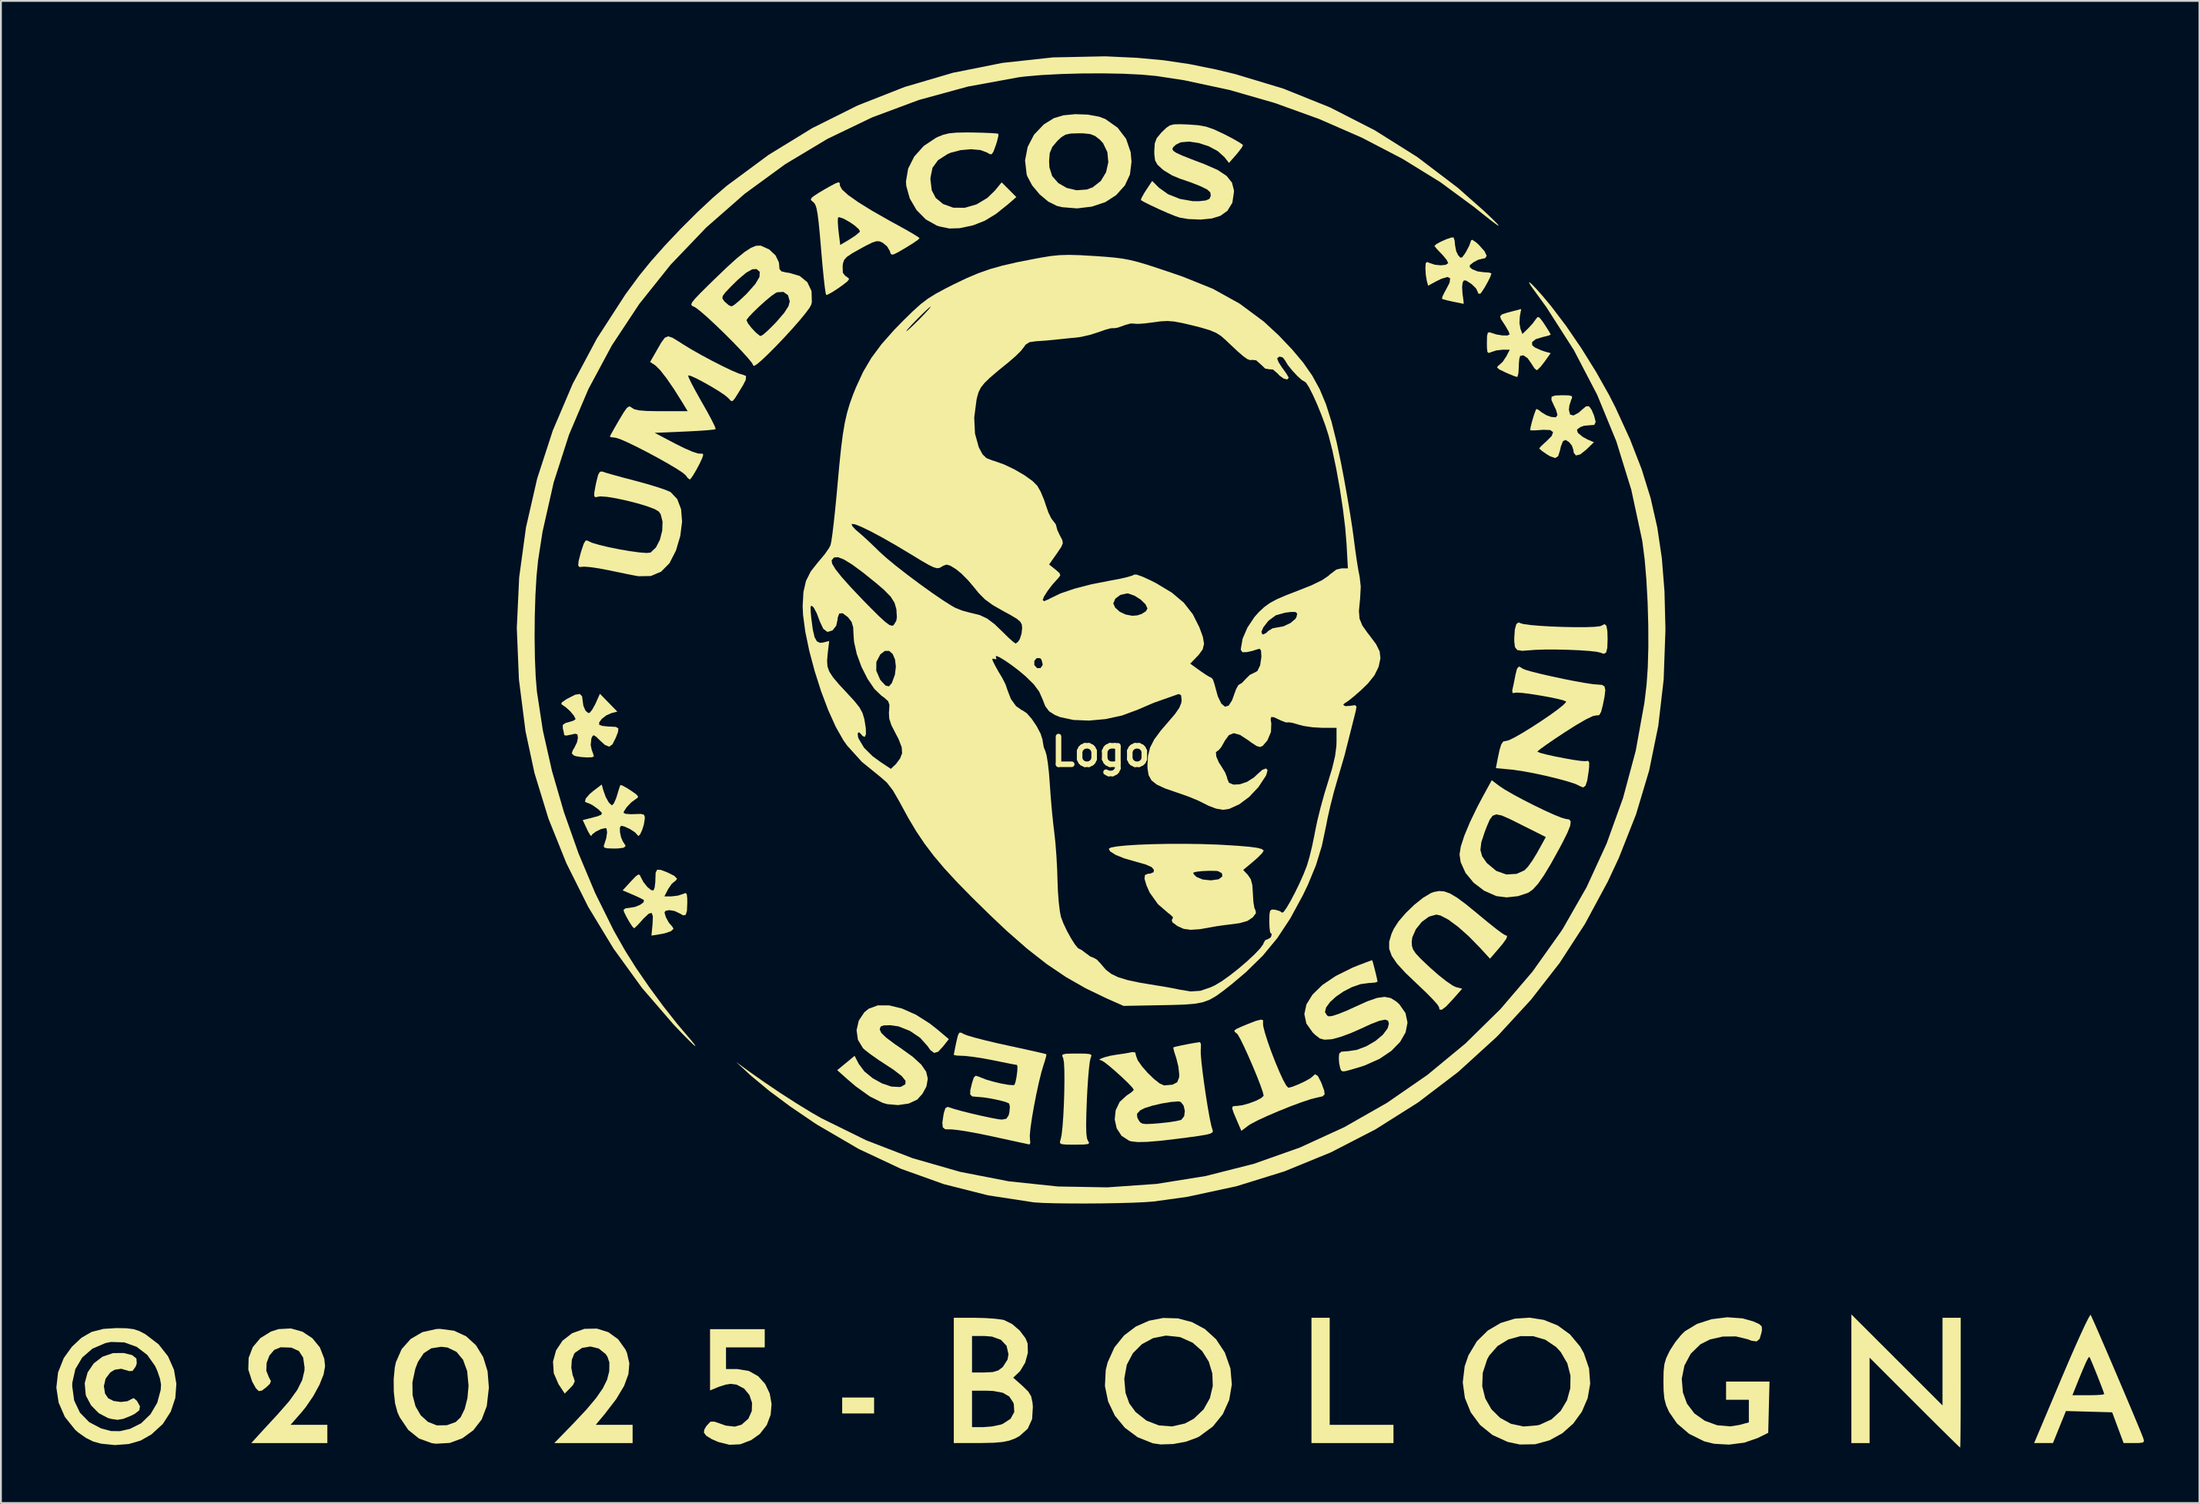
<source format=kicad_pcb>
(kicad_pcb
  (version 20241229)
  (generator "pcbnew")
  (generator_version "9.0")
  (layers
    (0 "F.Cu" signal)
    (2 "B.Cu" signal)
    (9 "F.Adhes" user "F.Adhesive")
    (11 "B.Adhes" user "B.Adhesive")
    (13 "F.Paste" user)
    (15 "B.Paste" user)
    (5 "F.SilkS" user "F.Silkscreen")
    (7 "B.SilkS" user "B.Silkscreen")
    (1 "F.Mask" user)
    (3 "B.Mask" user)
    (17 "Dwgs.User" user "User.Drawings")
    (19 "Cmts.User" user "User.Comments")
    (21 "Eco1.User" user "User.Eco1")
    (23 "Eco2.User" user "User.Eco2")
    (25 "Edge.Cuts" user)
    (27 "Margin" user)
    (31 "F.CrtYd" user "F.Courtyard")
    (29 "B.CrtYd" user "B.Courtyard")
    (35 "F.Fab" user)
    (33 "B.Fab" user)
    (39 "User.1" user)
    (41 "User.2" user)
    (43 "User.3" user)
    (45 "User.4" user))
  (footprint "Logo"
    (layer "F.Cu")
    (at 56.528 37.641)
    (property "Reference" "Logo" (at 0 0 0) (layer "F.SilkS") (effects (font (size 1.5 1.5) (thickness 0.3))))
    (attr board_only exclude_from_pos_files exclude_from_bom)
    (fp_poly (pts (xy -12.268 35.387) (xy -12.268 35.819) (xy -13.132 35.819) (xy -13.995 35.819) (xy -13.995 35.387) (xy -13.995 34.956) (xy -13.132 34.956) (xy -12.268 34.956)) (stroke (width 0) (type solid)) (fill yes) (layer "F.SilkS"))
    (fp_poly (pts (xy 12.392 33.538) (xy 12.392 36.435) (xy 14.118 36.435) (xy 15.844 36.435) (xy 15.844 36.929) (xy 15.844 37.422) (xy 13.625 37.422) (xy 11.405 37.422) (xy 11.405 34.031) (xy 11.405 30.64) (xy 11.899 30.64) (xy 12.392 30.64)) (stroke (width 0) (type solid)) (fill yes) (layer "F.SilkS"))
    (fp_poly (pts (xy 43.094 32.921) (xy 45.56 35.385) (xy 45.56 33.013) (xy 45.56 30.64) (xy 46.053 30.64) (xy 46.546 30.64) (xy 46.546 34.154) (xy 46.545 35.057) (xy 46.542 35.873) (xy 46.537 36.573) (xy 46.532 37.125) (xy 46.524 37.499) (xy 46.517 37.663) (xy 46.515 37.668) (xy 46.423 37.585) (xy 46.18 37.349) (xy 45.807 36.982) (xy 45.327 36.508) (xy 44.763 35.947) (xy 44.137 35.322) (xy 44.049 35.234) (xy 41.614 32.799) (xy 41.614 35.11) (xy 41.614 37.422) (xy 41.121 37.422) (xy 40.628 37.422) (xy 40.628 33.94) (xy 40.628 30.458)) (stroke (width 0) (type solid)) (fill yes) (layer "F.SilkS"))
    (fp_poly (pts (xy 22.684 -6.969) (xy 22.87 -6.912) (xy 23.249 -6.86) (xy 23.771 -6.815) (xy 24.383 -6.779) (xy 25.036 -6.754) (xy 25.677 -6.742) (xy 26.256 -6.743) (xy 26.722 -6.76) (xy 27.023 -6.794) (xy 27.102 -6.823) (xy 27.266 -6.909) (xy 27.369 -6.82) (xy 27.421 -6.532) (xy 27.434 -6.09) (xy 27.417 -5.624) (xy 27.354 -5.371) (xy 27.229 -5.3) (xy 27.062 -5.358) (xy 26.846 -5.41) (xy 26.439 -5.455) (xy 25.898 -5.492) (xy 25.278 -5.519) (xy 24.636 -5.532) (xy 24.028 -5.532) (xy 23.509 -5.514) (xy 23.276 -5.496) (xy 22.815 -5.462) (xy 22.547 -5.504) (xy 22.42 -5.659) (xy 22.382 -5.964) (xy 22.381 -6.144) (xy 22.412 -6.616) (xy 22.495 -6.911) (xy 22.619 -7.002)) (stroke (width 0) (type solid)) (fill yes) (layer "F.SilkS"))
    (fp_poly (pts (xy -52.423 32.662) (xy -52.195 32.844) (xy -52.176 33.114) (xy -52.236 33.282) (xy -52.402 33.516) (xy -52.579 33.527) (xy -53.02 33.399) (xy -53.374 33.454) (xy -53.608 33.599) (xy -53.859 33.928) (xy -53.956 34.339) (xy -53.892 34.743) (xy -53.719 34.998) (xy -53.429 35.143) (xy -53.047 35.197) (xy -52.686 35.158) (xy -52.49 35.055) (xy -52.341 34.987) (xy -52.178 35.126) (xy -52.161 35.147) (xy -52.002 35.43) (xy -52.039 35.648) (xy -52.291 35.844) (xy -52.495 35.946) (xy -52.905 36.111) (xy -53.217 36.164) (xy -53.55 36.116) (xy -53.746 36.061) (xy -54.231 35.804) (xy -54.647 35.382) (xy -54.916 34.878) (xy -54.937 34.808) (xy -54.993 34.179) (xy -54.837 33.6) (xy -54.505 33.11) (xy -54.033 32.748) (xy -53.456 32.551) (xy -52.875 32.548)) (stroke (width 0) (type solid)) (fill yes) (layer "F.SilkS"))
    (fp_poly (pts (xy -0.844 16.342) (xy -0.596 16.366) (xy -0.504 16.423) (xy -0.524 16.525) (xy -0.544 16.564) (xy -0.59 16.759) (xy -0.638 17.154) (xy -0.686 17.702) (xy -0.728 18.357) (xy -0.752 18.841) (xy -0.781 19.652) (xy -0.791 20.249) (xy -0.779 20.663) (xy -0.746 20.926) (xy -0.689 21.071) (xy -0.681 21.08) (xy -0.627 21.179) (xy -0.693 21.236) (xy -0.92 21.262) (xy -1.349 21.269) (xy -1.4 21.269) (xy -1.853 21.266) (xy -2.106 21.243) (xy -2.206 21.185) (xy -2.201 21.075) (xy -2.172 20.992) (xy -2.117 20.73) (xy -2.068 20.289) (xy -2.027 19.72) (xy -1.995 19.078) (xy -1.974 18.413) (xy -1.965 17.78) (xy -1.97 17.231) (xy -1.991 16.818) (xy -2.03 16.593) (xy -2.034 16.585) (xy -2.088 16.456) (xy -2.049 16.382) (xy -1.872 16.348) (xy -1.512 16.338) (xy -1.295 16.337)) (stroke (width 0) (type solid)) (fill yes) (layer "F.SilkS"))
    (fp_poly (pts (xy -18.187 31.75) (xy -18.187 32.243) (xy -19.235 32.243) (xy -20.283 32.243) (xy -20.283 32.829) (xy -20.282 33.415) (xy -19.674 33.415) (xy -19.048 33.519) (xy -18.542 33.802) (xy -18.162 34.223) (xy -17.917 34.739) (xy -17.816 35.309) (xy -17.867 35.893) (xy -18.077 36.448) (xy -18.455 36.932) (xy -18.915 37.258) (xy -19.511 37.488) (xy -20.094 37.515) (xy -20.702 37.363) (xy -21.056 37.208) (xy -21.329 37.041) (xy -21.368 37.006) (xy -21.482 36.85) (xy -21.451 36.679) (xy -21.341 36.495) (xy -21.128 36.266) (xy -20.921 36.258) (xy -20.289 36.478) (xy -19.803 36.531) (xy -19.443 36.428) (xy -19.072 36.102) (xy -18.887 35.689) (xy -18.874 35.243) (xy -19.017 34.819) (xy -19.302 34.472) (xy -19.714 34.258) (xy -20.034 34.216) (xy -20.32 34.263) (xy -20.677 34.378) (xy -20.719 34.395) (xy -21.146 34.573) (xy -21.146 32.915) (xy -21.146 31.257) (xy -19.667 31.257) (xy -18.187 31.257)) (stroke (width 0) (type solid)) (fill yes) (layer "F.SilkS"))
    (fp_poly (pts (xy -26.652 31.419) (xy -26.12 31.804) (xy -25.723 32.362) (xy -25.641 32.55) (xy -25.515 33.105) (xy -25.564 33.688) (xy -25.797 34.324) (xy -26.222 35.037) (xy -26.846 35.85) (xy -27.334 36.435) (xy -26.336 36.435) (xy -25.338 36.435) (xy -25.338 36.929) (xy -25.338 37.422) (xy -27.457 37.422) (xy -29.575 37.422) (xy -28.527 36.343) (xy -27.831 35.601) (xy -27.312 34.982) (xy -26.948 34.456) (xy -26.72 33.994) (xy -26.61 33.567) (xy -26.601 33.486) (xy -26.596 33.058) (xy -26.7 32.747) (xy -26.803 32.597) (xy -27.172 32.304) (xy -27.621 32.195) (xy -28.072 32.269) (xy -28.45 32.527) (xy -28.499 32.587) (xy -28.628 32.914) (xy -28.656 33.344) (xy -28.581 33.756) (xy -28.532 33.87) (xy -28.469 34.077) (xy -28.561 34.276) (xy -28.704 34.432) (xy -29.013 34.741) (xy -29.349 34.233) (xy -29.606 33.639) (xy -29.646 33.013) (xy -29.482 32.408) (xy -29.128 31.875) (xy -28.609 31.474) (xy -27.942 31.238) (xy -27.275 31.225)) (stroke (width 0) (type solid)) (fill yes) (layer "F.SilkS"))
    (fp_poly (pts (xy -43.208 31.392) (xy -42.671 31.747) (xy -42.263 32.247) (xy -42.026 32.859) (xy -41.984 33.268) (xy -42.065 33.711) (xy -42.288 34.269) (xy -42.62 34.877) (xy -43.029 35.476) (xy -43.284 35.788) (xy -43.853 36.435) (xy -42.857 36.435) (xy -41.861 36.435) (xy -41.861 36.929) (xy -41.861 37.422) (xy -43.918 37.422) (xy -45.976 37.422) (xy -45.614 37.022) (xy -45.351 36.734) (xy -44.992 36.345) (xy -44.607 35.93) (xy -44.554 35.873) (xy -43.928 35.156) (xy -43.488 34.544) (xy -43.219 34.005) (xy -43.102 33.508) (xy -43.094 33.334) (xy -43.169 32.795) (xy -43.402 32.439) (xy -43.805 32.256) (xy -44.388 32.236) (xy -44.733 32.376) (xy -44.996 32.684) (xy -45.148 33.086) (xy -45.163 33.511) (xy -45.013 33.885) (xy -45.009 33.89) (xy -44.915 34.063) (xy -44.971 34.216) (xy -45.166 34.402) (xy -45.405 34.583) (xy -45.575 34.608) (xy -45.73 34.452) (xy -45.929 34.094) (xy -45.931 34.089) (xy -46.139 33.443) (xy -46.12 32.81) (xy -45.897 32.23) (xy -45.488 31.742) (xy -44.914 31.386) (xy -44.502 31.253) (xy -43.833 31.217)) (stroke (width 0) (type solid)) (fill yes) (layer "F.SilkS"))
    (fp_poly (pts (xy -35.005 31.339) (xy -34.349 31.642) (xy -33.818 32.125) (xy -33.426 32.765) (xy -33.188 33.537) (xy -33.117 34.42) (xy -33.228 35.388) (xy -33.238 35.435) (xy -33.507 36.144) (xy -33.959 36.729) (xy -34.552 37.162) (xy -35.242 37.415) (xy -35.987 37.457) (xy -36.209 37.426) (xy -36.902 37.175) (xy -37.481 36.709) (xy -37.939 36.032) (xy -38.062 35.765) (xy -38.194 35.276) (xy -38.264 34.643) (xy -38.269 34.137) (xy -37.257 34.137) (xy -37.247 34.825) (xy -37.089 35.43) (xy -36.804 35.923) (xy -36.412 36.277) (xy -35.935 36.464) (xy -35.393 36.456) (xy -34.915 36.285) (xy -34.644 36.024) (xy -34.425 35.573) (xy -34.277 34.99) (xy -34.219 34.329) (xy -34.219 34.302) (xy -34.293 33.525) (xy -34.515 32.913) (xy -34.873 32.482) (xy -35.356 32.249) (xy -35.7 32.21) (xy -36.235 32.293) (xy -36.644 32.558) (xy -36.955 33.028) (xy -37.097 33.392) (xy -37.257 34.137) (xy -38.269 34.137) (xy -38.27 33.962) (xy -38.21 33.329) (xy -38.149 33.045) (xy -37.838 32.336) (xy -37.35 31.787) (xy -36.714 31.416) (xy -35.957 31.248) (xy -35.773 31.24)) (stroke (width 0) (type solid)) (fill yes) (layer "F.SilkS"))
    (fp_poly (pts (xy -0.699 -34.487) (xy -0.086 -34.375) (xy 0.247 -34.249) (xy 0.911 -33.781) (xy 1.371 -33.178) (xy 1.62 -32.451) (xy 1.665 -31.935) (xy 1.58 -31.243) (xy 1.307 -30.656) (xy 0.835 -30.13) (xy 0.25 -29.751) (xy -0.479 -29.507) (xy -1.281 -29.411) (xy -2.084 -29.476) (xy -2.376 -29.546) (xy -2.84 -29.778) (xy -3.308 -30.171) (xy -3.711 -30.653) (xy -3.977 -31.15) (xy -4.011 -31.257) (xy -4.093 -31.976) (xy -2.795 -31.976) (xy -2.778 -31.627) (xy -2.629 -31.16) (xy -2.298 -30.782) (xy -1.839 -30.517) (xy -1.308 -30.392) (xy -0.76 -30.432) (xy -0.435 -30.551) (xy 0.004 -30.896) (xy 0.289 -31.37) (xy 0.41 -31.91) (xy 0.359 -32.455) (xy 0.126 -32.941) (xy -0.048 -33.13) (xy -0.308 -33.331) (xy -0.576 -33.435) (xy -0.947 -33.473) (xy -1.186 -33.476) (xy -1.622 -33.463) (xy -1.909 -33.402) (xy -2.142 -33.257) (xy -2.355 -33.057) (xy -2.621 -32.74) (xy -2.76 -32.408) (xy -2.795 -31.976) (xy -4.093 -31.976) (xy -4.096 -32.009) (xy -3.956 -32.738) (xy -3.611 -33.401) (xy -3.082 -33.956) (xy -2.537 -34.295) (xy -2.023 -34.449) (xy -1.377 -34.512)) (stroke (width 0) (type solid)) (fill yes) (layer "F.SilkS"))
    (fp_poly (pts (xy 23.987 30.755) (xy 24.73 31.055) (xy 25.394 31.535) (xy 25.944 32.194) (xy 26.148 32.557) (xy 26.43 33.383) (xy 26.491 34.205) (xy 26.354 34.994) (xy 26.041 35.722) (xy 25.578 36.363) (xy 24.987 36.889) (xy 24.292 37.272) (xy 23.517 37.485) (xy 22.685 37.5) (xy 22.031 37.362) (xy 21.203 36.985) (xy 20.53 36.44) (xy 20.027 35.76) (xy 19.71 34.982) (xy 19.622 34.344) (xy 20.648 34.344) (xy 20.813 35.009) (xy 21.144 35.591) (xy 21.617 36.059) (xy 22.206 36.38) (xy 22.887 36.525) (xy 23.635 36.462) (xy 23.762 36.43) (xy 24.399 36.138) (xy 24.893 35.682) (xy 25.235 35.108) (xy 25.415 34.457) (xy 25.424 33.774) (xy 25.253 33.104) (xy 24.893 32.488) (xy 24.645 32.22) (xy 24.06 31.827) (xy 23.4 31.635) (xy 22.717 31.633) (xy 22.06 31.814) (xy 21.48 32.168) (xy 21.027 32.686) (xy 20.917 32.885) (xy 20.675 33.625) (xy 20.648 34.344) (xy 19.622 34.344) (xy 19.594 34.14) (xy 19.697 33.269) (xy 19.901 32.674) (xy 20.357 31.914) (xy 20.951 31.33) (xy 21.647 30.921) (xy 22.409 30.688) (xy 23.201 30.633)) (stroke (width 0) (type solid)) (fill yes) (layer "F.SilkS"))
    (fp_poly (pts (xy 4.171 30.672) (xy 4.931 30.871) (xy 5.634 31.248) (xy 6.245 31.806) (xy 6.716 32.521) (xy 7.02 33.382) (xy 7.095 34.249) (xy 6.953 35.086) (xy 6.606 35.858) (xy 6.065 36.528) (xy 5.344 37.058) (xy 5.221 37.123) (xy 4.617 37.345) (xy 3.921 37.474) (xy 3.242 37.496) (xy 2.815 37.434) (xy 1.993 37.104) (xy 1.303 36.592) (xy 0.764 35.936) (xy 0.399 35.171) (xy 0.227 34.337) (xy 0.244 33.986) (xy 1.277 33.986) (xy 1.34 34.703) (xy 1.545 35.275) (xy 1.888 35.742) (xy 2.475 36.206) (xy 3.15 36.467) (xy 3.863 36.521) (xy 4.561 36.361) (xy 5.038 36.103) (xy 5.57 35.594) (xy 5.909 34.989) (xy 6.064 34.329) (xy 6.04 33.656) (xy 5.847 33.014) (xy 5.49 32.445) (xy 4.978 31.991) (xy 4.317 31.694) (xy 4.275 31.683) (xy 3.53 31.604) (xy 2.835 31.742) (xy 2.226 32.07) (xy 1.739 32.559) (xy 1.411 33.181) (xy 1.278 33.908) (xy 1.277 33.986) (xy 0.244 33.986) (xy 0.27 33.47) (xy 0.372 33.056) (xy 0.739 32.247) (xy 1.259 31.6) (xy 1.898 31.115) (xy 2.619 30.797) (xy 3.388 30.649)) (stroke (width 0) (type solid)) (fill yes) (layer "F.SilkS"))
    (fp_poly (pts (xy 53.639 30.61) (xy 53.784 30.931) (xy 53.994 31.409) (xy 54.254 32.011) (xy 54.552 32.701) (xy 54.87 33.444) (xy 55.195 34.207) (xy 55.512 34.953) (xy 55.805 35.648) (xy 56.061 36.258) (xy 56.263 36.747) (xy 56.398 37.082) (xy 56.419 37.137) (xy 56.468 37.309) (xy 56.408 37.392) (xy 56.186 37.419) (xy 55.945 37.421) (xy 55.362 37.42) (xy 55.053 36.589) (xy 54.744 35.757) (xy 53.493 35.722) (xy 52.241 35.687) (xy 51.89 36.553) (xy 51.54 37.419) (xy 51.03 37.42) (xy 50.52 37.422) (xy 51.613 34.833) (xy 52.591 34.833) (xy 53.453 34.833) (xy 53.878 34.825) (xy 54.185 34.805) (xy 54.313 34.776) (xy 54.314 34.774) (xy 54.271 34.636) (xy 54.16 34.338) (xy 54.007 33.945) (xy 53.839 33.523) (xy 53.682 33.14) (xy 53.563 32.861) (xy 53.509 32.754) (xy 53.452 32.804) (xy 53.335 33.029) (xy 53.153 33.447) (xy 52.895 34.074) (xy 52.826 34.247) (xy 52.591 34.833) (xy 51.613 34.833) (xy 52.005 33.903) (xy 52.374 33.039) (xy 52.714 32.259) (xy 53.015 31.587) (xy 53.263 31.052) (xy 53.448 30.679) (xy 53.555 30.495) (xy 53.576 30.481)) (stroke (width 0) (type solid)) (fill yes) (layer "F.SilkS"))
    (fp_poly (pts (xy -6.927 -33.519) (xy -6.38 -33.506) (xy -5.931 -33.488) (xy -5.634 -33.466) (xy -5.54 -33.447) (xy -5.546 -33.311) (xy -5.619 -33.021) (xy -5.683 -32.82) (xy -5.807 -32.483) (xy -5.903 -32.341) (xy -6.021 -32.352) (xy -6.142 -32.429) (xy -6.511 -32.569) (xy -7.02 -32.613) (xy -7.585 -32.564) (xy -8.12 -32.425) (xy -8.29 -32.352) (xy -8.806 -32.021) (xy -9.105 -31.612) (xy -9.215 -31.085) (xy -9.217 -30.954) (xy -9.146 -30.388) (xy -8.932 -29.977) (xy -8.538 -29.652) (xy -8.531 -29.648) (xy -7.978 -29.447) (xy -7.356 -29.445) (xy -6.723 -29.628) (xy -6.132 -29.982) (xy -5.733 -30.371) (xy -5.363 -30.82) (xy -4.966 -30.423) (xy -4.569 -30.026) (xy -4.997 -29.651) (xy -5.669 -29.112) (xy -6.274 -28.744) (xy -6.877 -28.506) (xy -6.984 -28.476) (xy -7.648 -28.338) (xy -8.196 -28.323) (xy -8.727 -28.433) (xy -8.878 -28.483) (xy -9.469 -28.814) (xy -9.971 -29.323) (xy -10.337 -29.949) (xy -10.526 -30.627) (xy -10.542 -30.873) (xy -10.425 -31.564) (xy -10.094 -32.217) (xy -9.581 -32.789) (xy -8.917 -33.233) (xy -8.825 -33.277) (xy -8.522 -33.398) (xy -8.206 -33.474) (xy -7.81 -33.512) (xy -7.267 -33.522)) (stroke (width 0) (type solid)) (fill yes) (layer "F.SilkS"))
    (fp_poly (pts (xy -52.729 31.208) (xy -52.348 31.255) (xy -52.034 31.359) (xy -51.703 31.534) (xy -50.996 32.074) (xy -50.483 32.726) (xy -50.162 33.452) (xy -50.032 34.217) (xy -50.09 34.986) (xy -50.336 35.722) (xy -50.767 36.39) (xy -51.382 36.953) (xy -51.971 37.289) (xy -52.611 37.474) (xy -53.357 37.53) (xy -54.107 37.455) (xy -54.523 37.342) (xy -54.928 37.141) (xy -55.352 36.843) (xy -55.514 36.699) (xy -56.066 36.008) (xy -56.404 35.234) (xy -56.528 34.418) (xy -56.519 34.338) (xy -55.67 34.338) (xy -55.563 35.118) (xy -55.25 35.777) (xy -54.748 36.291) (xy -54.112 36.625) (xy -53.574 36.771) (xy -53.086 36.777) (xy -52.543 36.654) (xy -51.938 36.351) (xy -51.435 35.864) (xy -51.069 35.244) (xy -50.88 34.547) (xy -50.862 34.257) (xy -50.917 33.944) (xy -51.058 33.528) (xy -51.182 33.252) (xy -51.61 32.647) (xy -52.18 32.213) (xy -52.847 31.973) (xy -53.563 31.948) (xy -53.868 32.008) (xy -54.578 32.313) (xy -55.129 32.793) (xy -55.499 33.417) (xy -55.664 34.154) (xy -55.67 34.338) (xy -56.519 34.338) (xy -56.436 33.6) (xy -56.126 32.819) (xy -55.692 32.215) (xy -55.166 31.72) (xy -54.619 31.405) (xy -53.978 31.241) (xy -53.266 31.197)) (stroke (width 0) (type solid)) (fill yes) (layer "F.SilkS"))
    (fp_poly (pts (xy 34.734 30.671) (xy 35.311 30.834) (xy 35.633 30.977) (xy 35.775 31.108) (xy 35.789 31.296) (xy 35.767 31.425) (xy 35.665 31.776) (xy 35.505 31.919) (xy 35.228 31.883) (xy 35.009 31.8) (xy 34.374 31.648) (xy 33.663 31.657) (xy 32.974 31.815) (xy 32.455 32.076) (xy 31.932 32.588) (xy 31.592 33.226) (xy 31.447 33.94) (xy 31.509 34.68) (xy 31.731 35.29) (xy 32.132 35.818) (xy 32.696 36.216) (xy 33.362 36.457) (xy 34.072 36.519) (xy 34.56 36.442) (xy 35.079 36.303) (xy 35.079 35.691) (xy 35.079 35.079) (xy 34.463 35.079) (xy 33.846 35.079) (xy 33.846 34.586) (xy 33.846 34.093) (xy 35.022 34.093) (xy 36.197 34.093) (xy 36.162 35.48) (xy 36.127 36.867) (xy 35.556 37.15) (xy 34.833 37.399) (xy 34.013 37.505) (xy 33.2 37.461) (xy 32.663 37.328) (xy 31.847 36.923) (xy 31.19 36.361) (xy 30.76 35.738) (xy 30.6 35.378) (xy 30.506 35.02) (xy 30.464 34.577) (xy 30.455 34.093) (xy 30.465 33.543) (xy 30.508 33.152) (xy 30.602 32.828) (xy 30.767 32.484) (xy 30.821 32.384) (xy 31.101 31.952) (xy 31.426 31.554) (xy 31.619 31.368) (xy 32.272 30.972) (xy 33.06 30.717) (xy 33.906 30.613)) (stroke (width 0) (type solid)) (fill yes) (layer "F.SilkS"))
    (fp_poly (pts (xy 21.564 1.848) (xy 21.871 2.051) (xy 22.318 2.309) (xy 22.856 2.598) (xy 23.434 2.893) (xy 24.004 3.169) (xy 24.515 3.401) (xy 24.918 3.565) (xy 25.162 3.636) (xy 25.181 3.637) (xy 25.36 3.669) (xy 25.438 3.781) (xy 25.409 4.004) (xy 25.267 4.366) (xy 25.005 4.894) (xy 24.827 5.229) (xy 24.367 6.061) (xy 23.987 6.692) (xy 23.669 7.147) (xy 23.394 7.451) (xy 23.146 7.629) (xy 23.144 7.63) (xy 22.59 7.817) (xy 21.968 7.884) (xy 21.41 7.814) (xy 20.751 7.523) (xy 20.182 7.089) (xy 19.744 6.558) (xy 19.48 5.977) (xy 19.42 5.558) (xy 19.459 5.314) (xy 20.549 5.314) (xy 20.641 5.656) (xy 20.877 5.997) (xy 20.912 6.037) (xy 21.407 6.45) (xy 21.953 6.644) (xy 22.511 6.611) (xy 22.934 6.42) (xy 23.113 6.236) (xy 23.354 5.902) (xy 23.61 5.485) (xy 23.635 5.439) (xy 24.09 4.618) (xy 22.729 3.936) (xy 22.127 3.636) (xy 21.703 3.451) (xy 21.413 3.391) (xy 21.211 3.464) (xy 21.053 3.681) (xy 20.893 4.052) (xy 20.779 4.351) (xy 20.597 4.903) (xy 20.549 5.314) (xy 19.459 5.314) (xy 19.487 5.133) (xy 19.681 4.538) (xy 19.987 3.805) (xy 20.392 2.968) (xy 20.675 2.435) (xy 21.163 1.542)) (stroke (width 0) (type solid)) (fill yes) (layer "F.SilkS"))
    (fp_poly (pts (xy 18.594 7.561) (xy 18.906 7.674) (xy 19.284 7.899) (xy 19.762 8.253) (xy 20.377 8.754) (xy 20.503 8.86) (xy 20.979 9.252) (xy 21.391 9.58) (xy 21.703 9.813) (xy 21.874 9.921) (xy 21.89 9.926) (xy 21.995 9.969) (xy 21.956 10.116) (xy 21.76 10.391) (xy 21.538 10.656) (xy 21.068 11.202) (xy 20.521 10.606) (xy 19.909 9.981) (xy 19.329 9.467) (xy 18.812 9.087) (xy 18.389 8.865) (xy 18.161 8.816) (xy 17.764 8.926) (xy 17.375 9.212) (xy 17.055 9.61) (xy 16.861 10.053) (xy 16.831 10.291) (xy 16.844 10.513) (xy 16.907 10.709) (xy 17.051 10.922) (xy 17.308 11.197) (xy 17.709 11.578) (xy 17.848 11.707) (xy 18.293 12.098) (xy 18.709 12.426) (xy 19.043 12.654) (xy 19.214 12.737) (xy 19.563 12.828) (xy 19.049 13.411) (xy 18.691 13.791) (xy 18.455 13.969) (xy 18.334 13.952) (xy 18.31 13.829) (xy 18.224 13.687) (xy 17.988 13.419) (xy 17.636 13.06) (xy 17.204 12.647) (xy 17.135 12.583) (xy 16.495 11.973) (xy 16.038 11.474) (xy 15.749 11.05) (xy 15.611 10.665) (xy 15.611 10.284) (xy 15.732 9.871) (xy 15.852 9.6) (xy 16.119 9.184) (xy 16.514 8.726) (xy 16.977 8.28) (xy 17.449 7.903) (xy 17.869 7.651) (xy 18.02 7.594) (xy 18.31 7.54)) (stroke (width 0) (type solid)) (fill yes) (layer "F.SilkS"))
    (fp_poly (pts (xy 8.791 14.539) (xy 8.782 14.642) (xy 8.792 14.842) (xy 8.883 15.206) (xy 9.034 15.683) (xy 9.226 16.226) (xy 9.442 16.784) (xy 9.661 17.308) (xy 9.864 17.75) (xy 10.033 18.059) (xy 10.148 18.186) (xy 10.155 18.187) (xy 10.371 18.135) (xy 10.698 18.006) (xy 11.049 17.842) (xy 11.334 17.683) (xy 11.461 17.581) (xy 11.601 17.456) (xy 11.749 17.55) (xy 11.919 17.875) (xy 11.947 17.943) (xy 12.09 18.326) (xy 12.119 18.542) (xy 12.015 18.65) (xy 11.761 18.71) (xy 11.715 18.718) (xy 11.364 18.807) (xy 10.86 18.975) (xy 10.26 19.198) (xy 9.626 19.453) (xy 9.017 19.713) (xy 8.492 19.956) (xy 8.112 20.156) (xy 7.997 20.231) (xy 7.61 20.522) (xy 7.35 19.917) (xy 7.182 19.519) (xy 7.113 19.297) (xy 7.143 19.199) (xy 7.274 19.174) (xy 7.367 19.174) (xy 7.67 19.133) (xy 8.041 19.029) (xy 8.407 18.89) (xy 8.69 18.745) (xy 8.815 18.625) (xy 8.816 18.617) (xy 8.768 18.41) (xy 8.638 18.039) (xy 8.45 17.556) (xy 8.225 17.014) (xy 7.987 16.466) (xy 7.758 15.964) (xy 7.561 15.562) (xy 7.418 15.311) (xy 7.374 15.26) (xy 7.254 15.164) (xy 7.232 15.09) (xy 7.343 15.006) (xy 7.623 14.879) (xy 7.914 14.756) (xy 8.391 14.571) (xy 8.675 14.499)) (stroke (width 0) (type solid)) (fill yes) (layer "F.SilkS"))
    (fp_poly (pts (xy -10.758 13.9) (xy -10.012 14.231) (xy -9.251 14.713) (xy -8.859 15.021) (xy -8.223 15.557) (xy -8.529 15.947) (xy -8.799 16.238) (xy -9.014 16.305) (xy -9.223 16.148) (xy -9.371 15.937) (xy -9.775 15.485) (xy -10.329 15.111) (xy -10.941 14.868) (xy -11.384 14.803) (xy -11.739 14.813) (xy -11.91 14.873) (xy -11.959 15.007) (xy -11.96 15.042) (xy -11.876 15.223) (xy -11.612 15.478) (xy -11.151 15.823) (xy -10.85 16.028) (xy -10.178 16.511) (xy -9.718 16.932) (xy -9.451 17.318) (xy -9.361 17.695) (xy -9.428 18.091) (xy -9.45 18.15) (xy -9.652 18.517) (xy -9.919 18.816) (xy -9.943 18.835) (xy -10.395 19.044) (xy -10.966 19.127) (xy -11.555 19.076) (xy -11.812 19.002) (xy -12.493 18.663) (xy -13.255 18.118) (xy -13.728 17.715) (xy -14.263 17.237) (xy -13.793 16.849) (xy -13.322 16.461) (xy -13.097 16.899) (xy -12.794 17.303) (xy -12.354 17.666) (xy -11.844 17.952) (xy -11.332 18.125) (xy -10.887 18.149) (xy -10.792 18.126) (xy -10.575 17.999) (xy -10.566 17.813) (xy -10.77 17.559) (xy -11.193 17.229) (xy -11.571 16.98) (xy -12.048 16.668) (xy -12.471 16.37) (xy -12.778 16.13) (xy -12.871 16.044) (xy -13.144 15.59) (xy -13.216 15.072) (xy -13.097 14.555) (xy -12.796 14.104) (xy -12.56 13.911) (xy -12.067 13.729) (xy -11.455 13.729)) (stroke (width 0) (type solid)) (fill yes) (layer "F.SilkS"))
    (fp_poly (pts (xy -6.812 30.641) (xy -6.248 30.655) (xy -5.727 30.69) (xy -5.333 30.741) (xy -5.235 30.763) (xy -4.797 30.978) (xy -4.383 31.334) (xy -4.07 31.753) (xy -3.958 32.032) (xy -3.944 32.534) (xy -4.09 33.068) (xy -4.359 33.517) (xy -4.433 33.594) (xy -4.739 33.881) (xy -4.231 34.332) (xy -3.927 34.628) (xy -3.767 34.89) (xy -3.694 35.231) (xy -3.674 35.455) (xy -3.714 36.121) (xy -3.951 36.644) (xy -4.395 37.041) (xy -4.657 37.18) (xy -4.963 37.293) (xy -5.323 37.365) (xy -5.799 37.405) (xy -6.45 37.419) (xy -6.566 37.419) (xy -7.953 37.422) (xy -7.953 35.572) (xy -6.967 35.572) (xy -6.967 36.559) (xy -6.346 36.559) (xy -5.879 36.521) (xy -5.434 36.428) (xy -5.298 36.38) (xy -4.881 36.107) (xy -4.68 35.741) (xy -4.707 35.31) (xy -4.738 35.224) (xy -4.954 34.9) (xy -5.302 34.698) (xy -5.823 34.601) (xy -6.233 34.586) (xy -6.967 34.586) (xy -6.967 35.572) (xy -7.953 35.572) (xy -7.953 34.031) (xy -7.953 32.613) (xy -6.967 32.613) (xy -6.967 33.6) (xy -6.283 33.6) (xy -5.842 33.578) (xy -5.55 33.492) (xy -5.315 33.315) (xy -5.296 33.297) (xy -5.044 32.9) (xy -4.994 32.613) (xy -5.098 32.156) (xy -5.401 31.834) (xy -5.889 31.658) (xy -6.283 31.627) (xy -6.967 31.627) (xy -6.967 32.613) (xy -7.953 32.613) (xy -7.953 30.64)) (stroke (width 0) (type solid)) (fill yes) (layer "F.SilkS"))
    (fp_poly (pts (xy -26.96 -15.158) (xy -26.769 -15.096) (xy -26.39 -14.987) (xy -25.876 -14.846) (xy -25.278 -14.688) (xy -25.168 -14.66) (xy -24.548 -14.49) (xy -23.992 -14.322) (xy -23.556 -14.173) (xy -23.296 -14.062) (xy -23.277 -14.05) (xy -22.923 -13.676) (xy -22.716 -13.134) (xy -22.66 -12.459) (xy -22.757 -11.682) (xy -22.993 -10.887) (xy -23.342 -10.205) (xy -23.796 -9.747) (xy -24.354 -9.511) (xy -25.016 -9.5) (xy -25.092 -9.512) (xy -25.343 -9.559) (xy -25.766 -9.644) (xy -26.29 -9.752) (xy -26.61 -9.819) (xy -27.149 -9.922) (xy -27.618 -9.991) (xy -27.951 -10.019) (xy -28.058 -10.011) (xy -28.215 -9.996) (xy -28.282 -10.083) (xy -28.263 -10.311) (xy -28.158 -10.72) (xy -28.105 -10.899) (xy -27.98 -11.269) (xy -27.877 -11.433) (xy -27.77 -11.427) (xy -27.75 -11.411) (xy -27.534 -11.31) (xy -27.141 -11.194) (xy -26.631 -11.072) (xy -26.061 -10.957) (xy -25.491 -10.859) (xy -24.981 -10.789) (xy -24.588 -10.759) (xy -24.372 -10.778) (xy -24.367 -10.781) (xy -24.076 -11.054) (xy -23.86 -11.475) (xy -23.735 -11.967) (xy -23.717 -12.452) (xy -23.819 -12.856) (xy -23.927 -13.008) (xy -24.152 -13.137) (xy -24.558 -13.289) (xy -25.081 -13.446) (xy -25.658 -13.593) (xy -26.225 -13.715) (xy -26.721 -13.797) (xy -27.08 -13.822) (xy -27.196 -13.807) (xy -27.343 -13.776) (xy -27.413 -13.832) (xy -27.413 -14.019) (xy -27.348 -14.382) (xy -27.299 -14.614) (xy -27.205 -14.983) (xy -27.11 -15.153) (xy -26.988 -15.169)) (stroke (width 0) (type solid)) (fill yes) (layer "F.SilkS"))
    (fp_poly (pts (xy -26.636 -2.654) (xy -26.165 -2.172) (xy -26.482 -2.092) (xy -26.76 -1.969) (xy -27.004 -1.78) (xy -27.149 -1.585) (xy -27.142 -1.454) (xy -26.973 -1.398) (xy -26.662 -1.365) (xy -26.567 -1.362) (xy -26.245 -1.344) (xy -26.109 -1.262) (xy -26.13 -1.061) (xy -26.251 -0.751) (xy -26.431 -0.397) (xy -26.61 -0.273) (xy -26.838 -0.37) (xy -27.072 -0.581) (xy -27.318 -0.819) (xy -27.448 -0.896) (xy -27.523 -0.827) (xy -27.572 -0.704) (xy -27.607 -0.364) (xy -27.554 -0.114) (xy -27.466 0.136) (xy -27.434 0.255) (xy -27.541 0.299) (xy -27.798 0.308) (xy -28.113 0.288) (xy -28.395 0.244) (xy -28.53 0.196) (xy -28.63 0.084) (xy -28.572 -0.088) (xy -28.499 -0.199) (xy -28.346 -0.512) (xy -28.298 -0.759) (xy -28.325 -0.94) (xy -28.455 -0.975) (xy -28.667 -0.925) (xy -28.923 -0.875) (xy -29.038 -0.898) (xy -29.039 -0.903) (xy -29.069 -1.078) (xy -29.112 -1.252) (xy -29.12 -1.448) (xy -28.966 -1.557) (xy -28.802 -1.6) (xy -28.54 -1.681) (xy -28.424 -1.763) (xy -28.424 -1.767) (xy -28.512 -1.948) (xy -28.717 -2.193) (xy -28.96 -2.413) (xy -29.08 -2.492) (xy -29.2 -2.581) (xy -29.162 -2.677) (xy -28.939 -2.83) (xy -28.857 -2.878) (xy -28.446 -3.087) (xy -28.191 -3.126) (xy -28.07 -2.994) (xy -28.051 -2.828) (xy -28.004 -2.492) (xy -27.889 -2.225) (xy -27.742 -2.095) (xy -27.662 -2.108) (xy -27.533 -2.264) (xy -27.37 -2.555) (xy -27.32 -2.662) (xy -27.107 -3.137)) (stroke (width 0) (type solid)) (fill yes) (layer "F.SilkS"))
    (fp_poly (pts (xy 25.334 -19.289) (xy 25.497 -19.249) (xy 25.511 -19.155) (xy 25.466 -19.058) (xy 25.365 -18.744) (xy 25.338 -18.503) (xy 25.405 -18.251) (xy 25.589 -18.201) (xy 25.87 -18.354) (xy 26.039 -18.506) (xy 26.262 -18.694) (xy 26.423 -18.703) (xy 26.566 -18.513) (xy 26.703 -18.187) (xy 26.789 -17.854) (xy 26.715 -17.692) (xy 26.486 -17.674) (xy 26.157 -17.645) (xy 25.954 -17.57) (xy 25.777 -17.439) (xy 25.808 -17.294) (xy 25.854 -17.235) (xy 26.088 -17.042) (xy 26.355 -16.897) (xy 26.694 -16.755) (xy 26.273 -16.347) (xy 25.945 -16.089) (xy 25.715 -16.038) (xy 25.597 -16.193) (xy 25.585 -16.326) (xy 25.499 -16.574) (xy 25.351 -16.758) (xy 25.157 -16.878) (xy 25.018 -16.811) (xy 24.908 -16.533) (xy 24.853 -16.296) (xy 24.756 -15.996) (xy 24.598 -15.898) (xy 24.332 -15.988) (xy 24.136 -16.105) (xy 23.88 -16.283) (xy 23.743 -16.404) (xy 23.735 -16.419) (xy 23.82 -16.527) (xy 24.032 -16.725) (xy 24.105 -16.788) (xy 24.408 -17.091) (xy 24.482 -17.299) (xy 24.33 -17.412) (xy 23.951 -17.427) (xy 23.859 -17.419) (xy 23.508 -17.395) (xy 23.285 -17.396) (xy 23.242 -17.411) (xy 23.274 -17.605) (xy 23.351 -17.906) (xy 23.447 -18.223) (xy 23.535 -18.469) (xy 23.586 -18.557) (xy 23.722 -18.484) (xy 23.849 -18.381) (xy 24.117 -18.218) (xy 24.383 -18.121) (xy 24.636 -18.103) (xy 24.72 -18.228) (xy 24.638 -18.515) (xy 24.536 -18.725) (xy 24.393 -19.039) (xy 24.4 -19.211) (xy 24.59 -19.282) (xy 24.973 -19.297)) (stroke (width 0) (type solid)) (fill yes) (layer "F.SilkS"))
    (fp_poly (pts (xy -23.815 6.395) (xy -23.451 6.533) (xy -23.074 6.724) (xy -22.931 6.88) (xy -23.027 6.999) (xy -23.052 7.009) (xy -23.227 7.159) (xy -23.412 7.431) (xy -23.424 7.453) (xy -23.618 7.83) (xy -23.237 7.83) (xy -22.88 7.788) (xy -22.618 7.702) (xy -22.476 7.647) (xy -22.405 7.713) (xy -22.381 7.95) (xy -22.379 8.175) (xy -22.397 8.609) (xy -22.463 8.828) (xy -22.599 8.858) (xy -22.793 8.75) (xy -23.068 8.62) (xy -23.353 8.573) (xy -23.56 8.615) (xy -23.612 8.701) (xy -23.541 8.952) (xy -23.379 9.248) (xy -23.202 9.453) (xy -23.194 9.458) (xy -23.124 9.587) (xy -23.27 9.718) (xy -23.604 9.831) (xy -23.811 9.871) (xy -24.318 9.952) (xy -24.258 9.322) (xy -24.241 8.911) (xy -24.304 8.726) (xy -24.462 8.763) (xy -24.731 9.015) (xy -24.829 9.124) (xy -25.063 9.38) (xy -25.225 9.534) (xy -25.261 9.556) (xy -25.355 9.459) (xy -25.508 9.225) (xy -25.67 8.939) (xy -25.794 8.686) (xy -25.832 8.562) (xy -25.725 8.479) (xy -25.485 8.446) (xy -25.208 8.4) (xy -24.937 8.289) (xy -24.75 8.154) (xy -24.721 8.037) (xy -24.726 8.031) (xy -24.87 7.948) (xy -25.16 7.811) (xy -25.334 7.735) (xy -25.876 7.505) (xy -25.431 7.02) (xy -25.171 6.748) (xy -25.024 6.643) (xy -24.941 6.681) (xy -24.897 6.782) (xy -24.75 7.059) (xy -24.544 7.316) (xy -24.339 7.487) (xy -24.211 7.51) (xy -24.147 7.358) (xy -24.109 7.05) (xy -24.105 6.898) (xy -24.091 6.547) (xy -24.012 6.389)) (stroke (width 0) (type solid)) (fill yes) (layer "F.SilkS"))
    (fp_poly (pts (xy 22.684 -23.572) (xy 22.663 -23.2) (xy 22.716 -22.896) (xy 22.821 -22.612) (xy 23.124 -22.904) (xy 23.375 -23.176) (xy 23.554 -23.42) (xy 23.554 -23.42) (xy 23.645 -23.531) (xy 23.748 -23.499) (xy 23.91 -23.295) (xy 24.017 -23.137) (xy 24.211 -22.835) (xy 24.332 -22.628) (xy 24.352 -22.58) (xy 24.245 -22.527) (xy 23.982 -22.461) (xy 23.933 -22.451) (xy 23.544 -22.332) (xy 23.345 -22.172) (xy 23.356 -21.997) (xy 23.504 -21.878) (xy 23.847 -21.726) (xy 24.068 -21.652) (xy 24.353 -21.576) (xy 24.024 -21.115) (xy 23.808 -20.839) (xy 23.64 -20.674) (xy 23.596 -20.653) (xy 23.476 -20.751) (xy 23.321 -20.989) (xy 23.312 -21.008) (xy 23.101 -21.305) (xy 22.877 -21.458) (xy 22.699 -21.425) (xy 22.654 -21.267) (xy 22.628 -20.956) (xy 22.626 -20.817) (xy 22.607 -20.494) (xy 22.559 -20.306) (xy 22.533 -20.286) (xy 22.375 -20.335) (xy 22.077 -20.456) (xy 21.886 -20.541) (xy 21.568 -20.697) (xy 21.45 -20.801) (xy 21.501 -20.886) (xy 21.547 -20.914) (xy 21.755 -21.107) (xy 21.951 -21.399) (xy 22.139 -21.763) (xy 21.758 -21.763) (xy 21.401 -21.721) (xy 21.138 -21.635) (xy 20.999 -21.581) (xy 20.928 -21.644) (xy 20.902 -21.873) (xy 20.9 -22.141) (xy 20.909 -22.509) (xy 20.952 -22.681) (xy 21.048 -22.706) (xy 21.115 -22.682) (xy 21.422 -22.585) (xy 21.75 -22.533) (xy 22.015 -22.532) (xy 22.132 -22.589) (xy 22.133 -22.595) (xy 22.068 -22.763) (xy 21.906 -23.043) (xy 21.825 -23.168) (xy 21.659 -23.422) (xy 21.616 -23.577) (xy 21.727 -23.679) (xy 22.026 -23.774) (xy 22.291 -23.843) (xy 22.757 -23.964)) (stroke (width 0) (type solid)) (fill yes) (layer "F.SilkS"))
    (fp_poly (pts (xy -26.93 2.066) (xy -26.795 2.446) (xy -26.629 2.745) (xy -26.475 2.893) (xy -26.449 2.898) (xy -26.349 2.79) (xy -26.231 2.52) (xy -26.184 2.374) (xy -26.085 2.045) (xy -26.013 1.834) (xy -25.997 1.801) (xy -25.883 1.834) (xy -25.633 1.973) (xy -25.444 2.093) (xy -25.149 2.299) (xy -25.038 2.423) (xy -25.083 2.51) (xy -25.164 2.559) (xy -25.412 2.742) (xy -25.652 2.995) (xy -25.807 3.23) (xy -25.829 3.308) (xy -25.72 3.361) (xy -25.441 3.382) (xy -25.246 3.376) (xy -24.893 3.366) (xy -24.725 3.407) (xy -24.677 3.529) (xy -24.681 3.644) (xy -24.73 3.943) (xy -24.822 4.239) (xy -24.928 4.468) (xy -25.02 4.563) (xy -25.056 4.529) (xy -25.205 4.365) (xy -25.482 4.184) (xy -25.782 4.046) (xy -25.959 4.007) (xy -26.027 4.108) (xy -26.023 4.347) (xy -25.963 4.633) (xy -25.859 4.873) (xy -25.819 4.926) (xy -25.716 5.093) (xy -25.809 5.193) (xy -26.116 5.236) (xy -26.338 5.24) (xy -26.704 5.23) (xy -26.875 5.187) (xy -26.899 5.09) (xy -26.875 5.025) (xy -26.765 4.683) (xy -26.719 4.372) (xy -26.746 4.168) (xy -26.798 4.131) (xy -27.046 4.187) (xy -27.323 4.32) (xy -27.525 4.473) (xy -27.568 4.551) (xy -27.618 4.535) (xy -27.735 4.341) (xy -27.808 4.192) (xy -28.038 3.699) (xy -27.644 3.601) (xy -27.226 3.491) (xy -27.022 3.402) (xy -27.007 3.301) (xy -27.155 3.151) (xy -27.25 3.074) (xy -27.528 2.879) (xy -27.745 2.779) (xy -27.774 2.775) (xy -27.917 2.709) (xy -27.876 2.536) (xy -27.665 2.29) (xy -27.463 2.12) (xy -27.008 1.775)) (stroke (width 0) (type solid)) (fill yes) (layer "F.SilkS"))
    (fp_poly (pts (xy 14.726 11.387) (xy 14.795 11.644) (xy 14.876 11.963) (xy 14.945 12.256) (xy 14.98 12.433) (xy 14.981 12.446) (xy 14.872 12.491) (xy 14.602 12.516) (xy 14.519 12.518) (xy 14.066 12.579) (xy 13.596 12.741) (xy 13.141 12.976) (xy 12.734 13.255) (xy 12.409 13.553) (xy 12.198 13.841) (xy 12.135 14.092) (xy 12.252 14.279) (xy 12.339 14.324) (xy 12.528 14.304) (xy 12.883 14.189) (xy 13.352 13.998) (xy 13.727 13.826) (xy 14.422 13.512) (xy 14.953 13.327) (xy 15.363 13.269) (xy 15.697 13.334) (xy 15.997 13.52) (xy 16.165 13.674) (xy 16.496 14.149) (xy 16.603 14.662) (xy 16.501 15.189) (xy 16.204 15.707) (xy 15.728 16.194) (xy 15.086 16.626) (xy 14.294 16.979) (xy 13.988 17.079) (xy 13.52 17.218) (xy 13.237 17.291) (xy 13.085 17.302) (xy 13.013 17.253) (xy 12.966 17.146) (xy 12.96 17.129) (xy 12.904 16.863) (xy 12.885 16.574) (xy 12.907 16.339) (xy 13.021 16.237) (xy 13.3 16.214) (xy 13.354 16.214) (xy 13.853 16.14) (xy 14.375 15.942) (xy 14.865 15.657) (xy 15.268 15.322) (xy 15.529 14.974) (xy 15.598 14.718) (xy 15.548 14.555) (xy 15.384 14.502) (xy 15.08 14.564) (xy 14.611 14.746) (xy 14.069 14.996) (xy 13.533 15.231) (xy 13.009 15.425) (xy 12.583 15.545) (xy 12.457 15.567) (xy 12.104 15.587) (xy 11.857 15.521) (xy 11.606 15.326) (xy 11.47 15.194) (xy 11.129 14.713) (xy 11.02 14.202) (xy 11.134 13.675) (xy 11.462 13.146) (xy 11.992 12.629) (xy 12.717 12.139) (xy 13.625 11.689) (xy 14.01 11.534) (xy 14.37 11.398) (xy 14.617 11.307) (xy 14.689 11.282)) (stroke (width 0) (type solid)) (fill yes) (layer "F.SilkS"))
    (fp_poly (pts (xy 4.745 -33.951) (xy 5.282 -33.912) (xy 5.711 -33.833) (xy 6.134 -33.685) (xy 6.657 -33.44) (xy 6.71 -33.414) (xy 7.147 -33.186) (xy 7.486 -32.992) (xy 7.676 -32.863) (xy 7.699 -32.833) (xy 7.629 -32.696) (xy 7.442 -32.449) (xy 7.323 -32.309) (xy 6.941 -31.873) (xy 6.695 -32.185) (xy 6.334 -32.511) (xy 5.85 -32.771) (xy 5.31 -32.949) (xy 4.78 -33.027) (xy 4.329 -32.988) (xy 4.076 -32.865) (xy 3.937 -32.741) (xy 3.876 -32.637) (xy 3.919 -32.535) (xy 4.091 -32.417) (xy 4.417 -32.267) (xy 4.925 -32.066) (xy 5.61 -31.806) (xy 6.324 -31.494) (xy 6.813 -31.168) (xy 7.101 -30.809) (xy 7.209 -30.394) (xy 7.211 -30.311) (xy 7.123 -29.715) (xy 6.852 -29.276) (xy 6.472 -29.007) (xy 6.008 -28.865) (xy 5.403 -28.806) (xy 4.747 -28.833) (xy 4.275 -28.913) (xy 4.011 -29.002) (xy 3.606 -29.168) (xy 3.138 -29.375) (xy 2.685 -29.587) (xy 2.326 -29.769) (xy 2.171 -29.861) (xy 2.204 -29.973) (xy 2.342 -30.222) (xy 2.453 -30.396) (xy 2.784 -30.896) (xy 3.148 -30.532) (xy 3.646 -30.177) (xy 4.287 -29.924) (xy 4.981 -29.802) (xy 5.324 -29.801) (xy 5.694 -29.842) (xy 5.882 -29.926) (xy 5.953 -30.081) (xy 5.956 -30.098) (xy 5.929 -30.278) (xy 5.76 -30.434) (xy 5.401 -30.61) (xy 4.931 -30.797) (xy 4.449 -30.966) (xy 4.292 -31.016) (xy 3.855 -31.2) (xy 3.421 -31.464) (xy 3.336 -31.53) (xy 3.069 -31.777) (xy 2.94 -32.011) (xy 2.9 -32.341) (xy 2.898 -32.511) (xy 2.922 -32.921) (xy 3.027 -33.208) (xy 3.264 -33.497) (xy 3.33 -33.563) (xy 3.553 -33.777) (xy 3.74 -33.903) (xy 3.964 -33.96) (xy 4.297 -33.968)) (stroke (width 0) (type solid)) (fill yes) (layer "F.SilkS"))
    (fp_poly (pts (xy 5.422 4.997) (xy 6.29 5.026) (xy 6.597 5.041) (xy 7.437 5.092) (xy 8.054 5.145) (xy 8.473 5.202) (xy 8.718 5.267) (xy 8.813 5.344) (xy 8.816 5.363) (xy 8.728 5.496) (xy 8.501 5.727) (xy 8.263 5.937) (xy 7.71 6.399) (xy 7.966 6.672) (xy 8.121 6.902) (xy 8.205 7.22) (xy 8.236 7.705) (xy 8.237 7.727) (xy 8.263 8.147) (xy 8.318 8.463) (xy 8.379 8.596) (xy 8.399 8.739) (xy 8.23 8.963) (xy 7.948 9.155) (xy 7.527 9.277) (xy 7.182 9.326) (xy 6.703 9.384) (xy 6.269 9.446) (xy 6.042 9.486) (xy 5.368 9.606) (xy 4.869 9.64) (xy 4.487 9.587) (xy 4.165 9.443) (xy 4.141 9.429) (xy 3.878 9.23) (xy 3.84 9.099) (xy 3.872 9.07) (xy 3.912 8.958) (xy 3.734 8.79) (xy 3.662 8.741) (xy 3.098 8.254) (xy 2.649 7.625) (xy 2.474 7.235) (xy 2.368 6.87) (xy 2.392 6.675) (xy 2.56 6.602) (xy 2.681 6.597) (xy 2.803 6.545) (xy 5.004 6.545) (xy 5.046 6.649) (xy 5.188 6.779) (xy 5.518 6.916) (xy 5.952 6.963) (xy 6.359 6.907) (xy 6.402 6.892) (xy 6.583 6.746) (xy 6.559 6.579) (xy 6.354 6.465) (xy 6.258 6.451) (xy 5.886 6.444) (xy 5.496 6.461) (xy 5.173 6.497) (xy 5.006 6.543) (xy 5.004 6.545) (xy 2.803 6.545) (xy 2.863 6.52) (xy 2.876 6.39) (xy 2.755 6.246) (xy 2.432 6.103) (xy 1.92 5.958) (xy 1.279 5.774) (xy 0.798 5.58) (xy 0.507 5.392) (xy 0.432 5.255) (xy 0.549 5.186) (xy 0.879 5.125) (xy 1.388 5.074) (xy 2.041 5.033) (xy 2.805 5.004) (xy 3.646 4.987) (xy 4.53 4.985)) (stroke (width 0) (type solid)) (fill yes) (layer "F.SilkS"))
    (fp_poly (pts (xy -14.128 -30.783) (xy -14.118 -30.644) (xy -14.005 -30.434) (xy -13.672 -30.133) (xy -13.125 -29.747) (xy -12.372 -29.28) (xy -11.418 -28.737) (xy -11.008 -28.513) (xy -10.526 -28.247) (xy -10.136 -28.021) (xy -9.882 -27.861) (xy -9.806 -27.796) (xy -9.902 -27.704) (xy -10.16 -27.526) (xy -10.525 -27.299) (xy -10.573 -27.27) (xy -10.97 -27.038) (xy -11.205 -26.922) (xy -11.327 -26.911) (xy -11.385 -26.995) (xy -11.41 -27.092) (xy -11.564 -27.355) (xy -11.793 -27.546) (xy -11.963 -27.625) (xy -12.133 -27.636) (xy -12.36 -27.565) (xy -12.703 -27.396) (xy -13.021 -27.223) (xy -13.469 -26.97) (xy -13.744 -26.783) (xy -13.89 -26.618) (xy -13.953 -26.428) (xy -13.971 -26.276) (xy -13.959 -25.928) (xy -13.835 -25.763) (xy -13.817 -25.756) (xy -13.649 -25.634) (xy -13.625 -25.569) (xy -13.719 -25.456) (xy -13.955 -25.268) (xy -14.26 -25.053) (xy -14.563 -24.86) (xy -14.793 -24.74) (xy -14.859 -24.722) (xy -14.891 -24.839) (xy -14.938 -25.164) (xy -14.995 -25.662) (xy -15.058 -26.294) (xy -15.122 -27.024) (xy -15.132 -27.151) (xy -15.205 -28.006) (xy -15.268 -28.647) (xy -15.277 -28.718) (xy -14.233 -28.718) (xy -14.213 -28.373) (xy -14.184 -28.102) (xy -14.1 -27.431) (xy -13.586 -27.738) (xy -13.276 -27.941) (xy -13.072 -28.112) (xy -13.031 -28.168) (xy -13.104 -28.295) (xy -13.335 -28.496) (xy -13.584 -28.668) (xy -13.931 -28.862) (xy -14.159 -28.936) (xy -14.222 -28.909) (xy -14.233 -28.718) (xy -15.277 -28.718) (xy -15.326 -29.106) (xy -15.384 -29.417) (xy -15.449 -29.611) (xy -15.524 -29.72) (xy -15.549 -29.74) (xy -15.696 -29.873) (xy -15.649 -29.984) (xy -15.529 -30.079) (xy -15.283 -30.242) (xy -14.922 -30.457) (xy -14.704 -30.58) (xy -14.367 -30.76) (xy -14.193 -30.826)) (stroke (width 0) (type solid)) (fill yes) (layer "F.SilkS"))
    (fp_poly (pts (xy 19.154 -27.671) (xy 19.173 -27.437) (xy 19.238 -27.094) (xy 19.344 -26.878) (xy 19.463 -26.744) (xy 19.564 -26.763) (xy 19.709 -26.961) (xy 19.776 -27.07) (xy 19.942 -27.385) (xy 20.031 -27.634) (xy 20.036 -27.674) (xy 20.11 -27.712) (xy 20.317 -27.573) (xy 20.468 -27.434) (xy 20.775 -27.089) (xy 20.889 -26.843) (xy 20.803 -26.712) (xy 20.68 -26.695) (xy 20.42 -26.626) (xy 20.169 -26.49) (xy 19.975 -26.336) (xy 19.972 -26.231) (xy 20.104 -26.12) (xy 20.386 -26.003) (xy 20.738 -25.955) (xy 21.014 -25.937) (xy 21.145 -25.894) (xy 21.146 -25.888) (xy 21.087 -25.711) (xy 20.942 -25.42) (xy 20.765 -25.106) (xy 20.604 -24.863) (xy 20.531 -24.785) (xy 20.423 -24.81) (xy 20.406 -24.891) (xy 20.313 -25.079) (xy 20.084 -25.303) (xy 20.036 -25.339) (xy 19.786 -25.5) (xy 19.659 -25.515) (xy 19.589 -25.404) (xy 19.559 -25.158) (xy 19.579 -24.801) (xy 19.591 -24.717) (xy 19.633 -24.415) (xy 19.642 -24.252) (xy 19.637 -24.242) (xy 19.508 -24.272) (xy 19.22 -24.331) (xy 19.064 -24.362) (xy 18.726 -24.437) (xy 18.507 -24.501) (xy 18.471 -24.519) (xy 18.496 -24.646) (xy 18.622 -24.898) (xy 18.673 -24.985) (xy 18.882 -25.392) (xy 18.912 -25.63) (xy 18.762 -25.698) (xy 18.432 -25.599) (xy 18.167 -25.468) (xy 17.719 -25.228) (xy 17.646 -25.499) (xy 17.593 -25.82) (xy 17.572 -26.175) (xy 17.587 -26.441) (xy 17.664 -26.511) (xy 17.809 -26.452) (xy 18.086 -26.361) (xy 18.404 -26.329) (xy 18.672 -26.356) (xy 18.801 -26.442) (xy 18.803 -26.458) (xy 18.723 -26.621) (xy 18.521 -26.869) (xy 18.433 -26.96) (xy 18.206 -27.198) (xy 18.076 -27.355) (xy 18.064 -27.38) (xy 18.165 -27.476) (xy 18.409 -27.61) (xy 18.705 -27.741) (xy 18.965 -27.831) (xy 19.096 -27.84)) (stroke (width 0) (type solid)) (fill yes) (layer "F.SilkS"))
    (fp_poly (pts (xy 22.794 -4.529) (xy 22.817 -4.506) (xy 22.982 -4.435) (xy 23.338 -4.332) (xy 23.834 -4.209) (xy 24.42 -4.075) (xy 25.044 -3.942) (xy 25.656 -3.821) (xy 26.204 -3.723) (xy 26.636 -3.658) (xy 26.884 -3.637) (xy 27.129 -3.619) (xy 27.267 -3.534) (xy 27.309 -3.337) (xy 27.268 -2.984) (xy 27.177 -2.529) (xy 27.081 -2.157) (xy 26.982 -1.984) (xy 26.851 -1.963) (xy 26.83 -1.969) (xy 26.631 -1.928) (xy 26.253 -1.747) (xy 25.713 -1.432) (xy 25.1 -1.043) (xy 24.571 -0.692) (xy 24.128 -0.388) (xy 23.808 -0.157) (xy 23.645 -0.023) (xy 23.632 -0.001) (xy 23.792 0.065) (xy 24.131 0.154) (xy 24.582 0.254) (xy 25.082 0.352) (xy 25.563 0.437) (xy 25.961 0.494) (xy 26.211 0.512) (xy 26.247 0.507) (xy 26.383 0.494) (xy 26.439 0.586) (xy 26.432 0.838) (xy 26.408 1.056) (xy 26.331 1.559) (xy 26.236 1.843) (xy 26.106 1.933) (xy 25.925 1.857) (xy 25.911 1.847) (xy 25.673 1.737) (xy 25.248 1.6) (xy 24.691 1.449) (xy 24.06 1.297) (xy 23.409 1.158) (xy 22.794 1.045) (xy 22.273 0.972) (xy 22.197 0.964) (xy 21.388 0.889) (xy 21.471 0.444) (xy 21.58 -0.079) (xy 21.678 -0.398) (xy 21.783 -0.553) (xy 21.914 -0.582) (xy 21.929 -0.58) (xy 22.103 -0.628) (xy 22.421 -0.786) (xy 22.841 -1.027) (xy 23.322 -1.323) (xy 23.821 -1.647) (xy 24.298 -1.971) (xy 24.71 -2.269) (xy 25.017 -2.513) (xy 25.177 -2.675) (xy 25.185 -2.722) (xy 25.023 -2.787) (xy 24.68 -2.871) (xy 24.222 -2.965) (xy 23.712 -3.055) (xy 23.216 -3.133) (xy 22.799 -3.185) (xy 22.523 -3.201) (xy 22.464 -3.194) (xy 22.293 -3.173) (xy 22.271 -3.309) (xy 22.292 -3.408) (xy 22.362 -3.73) (xy 22.439 -4.124) (xy 22.446 -4.161) (xy 22.531 -4.499) (xy 22.639 -4.613)) (stroke (width 0) (type solid)) (fill yes) (layer "F.SilkS"))
    (fp_poly (pts (xy -18.381 -27.386) (xy -17.942 -27.186) (xy -17.601 -26.865) (xy -17.42 -26.488) (xy -17.406 -26.358) (xy -17.386 -26.123) (xy -17.282 -26.002) (xy -17.025 -25.941) (xy -16.864 -25.921) (xy -16.29 -25.752) (xy -15.879 -25.413) (xy -15.654 -24.934) (xy -15.637 -24.348) (xy -15.661 -24.219) (xy -15.761 -24.03) (xy -15.987 -23.725) (xy -16.309 -23.335) (xy -16.698 -22.892) (xy -17.124 -22.427) (xy -17.557 -21.972) (xy -17.967 -21.559) (xy -18.325 -21.218) (xy -18.602 -20.981) (xy -18.766 -20.881) (xy -18.799 -20.901) (xy -18.886 -21.056) (xy -19.121 -21.342) (xy -19.468 -21.722) (xy -19.891 -22.162) (xy -20.355 -22.627) (xy -20.824 -23.081) (xy -21.121 -23.357) (xy -19.173 -23.357) (xy -19.094 -23.187) (xy -18.902 -22.939) (xy -18.671 -22.694) (xy -18.47 -22.53) (xy -18.4 -22.502) (xy -18.259 -22.587) (xy -18.002 -22.814) (xy -17.675 -23.14) (xy -17.549 -23.273) (xy -17.137 -23.751) (xy -16.904 -24.112) (xy -16.832 -24.378) (xy -16.927 -24.713) (xy -17.174 -24.89) (xy -17.506 -24.872) (xy -17.598 -24.83) (xy -17.819 -24.678) (xy -18.126 -24.424) (xy -18.467 -24.118) (xy -18.789 -23.809) (xy -19.04 -23.546) (xy -19.167 -23.379) (xy -19.173 -23.357) (xy -21.121 -23.357) (xy -21.263 -23.49) (xy -21.637 -23.817) (xy -21.909 -24.029) (xy -22.009 -24.085) (xy -22.119 -24.135) (xy -22.164 -24.204) (xy -22.123 -24.317) (xy -21.976 -24.504) (xy -21.948 -24.534) (xy -20.478 -24.534) (xy -20.388 -24.401) (xy -20.348 -24.355) (xy -20.133 -24.169) (xy -19.983 -24.105) (xy -19.836 -24.188) (xy -19.571 -24.407) (xy -19.237 -24.72) (xy -19.139 -24.818) (xy -18.698 -25.316) (xy -18.47 -25.704) (xy -18.457 -25.979) (xy -18.63 -26.127) (xy -18.865 -26.114) (xy -19.198 -25.924) (xy -19.645 -25.545) (xy -20.028 -25.167) (xy -20.321 -24.859) (xy -20.463 -24.667) (xy -20.478 -24.534) (xy -21.948 -24.534) (xy -21.704 -24.791) (xy -21.287 -25.206) (xy -20.961 -25.525) (xy -20.266 -26.194) (xy -19.712 -26.697) (xy -19.277 -27.051) (xy -18.935 -27.275) (xy -18.664 -27.385) (xy -18.439 -27.397)) (stroke (width 0) (type solid)) (fill yes) (layer "F.SilkS"))
    (fp_poly (pts (xy -23.176 -22.408) (xy -22.818 -22.189) (xy -22.648 -22.078) (xy -22.176 -21.789) (xy -21.625 -21.476) (xy -21.043 -21.164) (xy -20.479 -20.876) (xy -19.98 -20.638) (xy -19.594 -20.473) (xy -19.37 -20.407) (xy -19.361 -20.406) (xy -19.197 -20.338) (xy -19.216 -20.124) (xy -19.358 -19.847) (xy -19.633 -19.395) (xy -19.808 -19.119) (xy -19.918 -18.991) (xy -19.998 -18.981) (xy -20.082 -19.058) (xy -20.164 -19.149) (xy -20.363 -19.312) (xy -20.691 -19.531) (xy -21.094 -19.775) (xy -21.515 -20.012) (xy -21.898 -20.212) (xy -22.189 -20.342) (xy -22.331 -20.372) (xy -22.333 -20.37) (xy -22.298 -20.247) (xy -22.158 -19.953) (xy -21.934 -19.531) (xy -21.648 -19.02) (xy -21.588 -18.916) (xy -21.293 -18.394) (xy -21.055 -17.951) (xy -20.898 -17.63) (xy -20.841 -17.47) (xy -20.844 -17.462) (xy -20.983 -17.434) (xy -21.322 -17.401) (xy -21.811 -17.367) (xy -22.403 -17.336) (xy -22.524 -17.331) (xy -24.143 -17.262) (xy -23.009 -16.665) (xy -22.52 -16.423) (xy -22.1 -16.242) (xy -21.802 -16.144) (xy -21.696 -16.137) (xy -21.541 -16.13) (xy -21.516 -16.073) (xy -21.57 -15.896) (xy -21.706 -15.603) (xy -21.883 -15.268) (xy -22.061 -14.966) (xy -22.199 -14.77) (xy -22.246 -14.734) (xy -22.363 -14.826) (xy -22.457 -14.955) (xy -22.619 -15.097) (xy -22.957 -15.32) (xy -23.423 -15.597) (xy -23.969 -15.904) (xy -24.549 -16.216) (xy -25.116 -16.506) (xy -25.621 -16.75) (xy -26.018 -16.922) (xy -26.26 -16.997) (xy -26.271 -16.998) (xy -26.499 -17.026) (xy -26.571 -17.056) (xy -26.514 -17.173) (xy -26.36 -17.45) (xy -26.141 -17.832) (xy -26.071 -17.952) (xy -25.818 -18.373) (xy -25.649 -18.609) (xy -25.529 -18.693) (xy -25.426 -18.658) (xy -25.385 -18.621) (xy -25.241 -18.535) (xy -24.986 -18.478) (xy -24.579 -18.446) (xy -23.978 -18.434) (xy -23.778 -18.433) (xy -22.359 -18.433) (xy -22.639 -18.896) (xy -23.091 -19.616) (xy -23.499 -20.21) (xy -23.84 -20.648) (xy -24.093 -20.901) (xy -24.114 -20.916) (xy -24.39 -21.099) (xy -24.041 -21.708) (xy -23.784 -22.154) (xy -23.597 -22.408) (xy -23.415 -22.487)) (stroke (width 0) (type solid)) (fill yes) (layer "F.SilkS"))
    (fp_poly (pts (xy -7.419 15.28) (xy -7.213 15.361) (xy -6.811 15.479) (xy -6.259 15.621) (xy -5.603 15.777) (xy -5.063 15.896) (xy -4.38 16.044) (xy -3.787 16.175) (xy -3.324 16.28) (xy -3.029 16.35) (xy -2.941 16.376) (xy -2.958 16.501) (xy -3.037 16.777) (xy -3.087 16.927) (xy -3.213 17.351) (xy -3.35 17.908) (xy -3.488 18.543) (xy -3.616 19.2) (xy -3.724 19.825) (xy -3.802 20.363) (xy -3.84 20.758) (xy -3.835 20.93) (xy -3.813 21.169) (xy -3.856 21.258) (xy -4.001 21.229) (xy -4.345 21.155) (xy -4.842 21.047) (xy -5.452 20.914) (xy -5.857 20.825) (xy -6.543 20.682) (xy -7.174 20.565) (xy -7.697 20.482) (xy -8.06 20.443) (xy -8.169 20.442) (xy -8.419 20.436) (xy -8.549 20.331) (xy -8.574 20.083) (xy -8.51 19.648) (xy -8.491 19.552) (xy -8.406 19.286) (xy -8.277 19.225) (xy -8.214 19.245) (xy -7.941 19.336) (xy -7.508 19.456) (xy -6.982 19.587) (xy -6.432 19.714) (xy -5.927 19.821) (xy -5.536 19.893) (xy -5.348 19.913) (xy -5.109 19.866) (xy -4.985 19.679) (xy -4.946 19.52) (xy -4.918 19.224) (xy -4.957 19.044) (xy -4.961 19.04) (xy -5.145 18.959) (xy -5.493 18.866) (xy -5.922 18.777) (xy -6.351 18.71) (xy -6.7 18.68) (xy -6.726 18.68) (xy -6.961 18.656) (xy -7.067 18.549) (xy -7.059 18.308) (xy -6.963 17.92) (xy -6.87 17.632) (xy -6.768 17.538) (xy -6.583 17.593) (xy -6.501 17.631) (xy -6.196 17.749) (xy -5.794 17.865) (xy -5.368 17.965) (xy -4.991 18.031) (xy -4.736 18.049) (xy -4.674 18.032) (xy -4.615 17.881) (xy -4.559 17.605) (xy -4.519 17.297) (xy -4.507 17.049) (xy -4.532 16.954) (xy -4.673 16.931) (xy -5 16.868) (xy -5.459 16.776) (xy -5.795 16.707) (xy -6.37 16.599) (xy -6.909 16.515) (xy -7.332 16.467) (xy -7.473 16.461) (xy -7.777 16.448) (xy -7.943 16.416) (xy -7.953 16.405) (xy -7.929 16.263) (xy -7.868 15.959) (xy -7.82 15.73) (xy -7.736 15.372) (xy -7.66 15.212) (xy -7.552 15.206)) (stroke (width 0) (type solid)) (fill yes) (layer "F.SilkS"))
    (fp_poly (pts (xy 5.424 15.827) (xy 5.417 16.086) (xy 5.412 16.122) (xy 5.414 16.366) (xy 5.451 16.798) (xy 5.516 17.363) (xy 5.602 18.006) (xy 5.7 18.671) (xy 5.802 19.304) (xy 5.9 19.85) (xy 5.986 20.253) (xy 6.039 20.432) (xy 6.069 20.53) (xy 6.043 20.607) (xy 5.929 20.671) (xy 5.696 20.731) (xy 5.311 20.796) (xy 4.742 20.874) (xy 4.074 20.96) (xy 3.182 21.063) (xy 2.503 21.119) (xy 2.007 21.129) (xy 1.665 21.093) (xy 1.541 21.059) (xy 1.126 20.79) (xy 0.863 20.385) (xy 0.756 19.905) (xy 0.788 19.598) (xy 1.963 19.598) (xy 1.975 19.791) (xy 2.031 19.907) (xy 2.121 20.048) (xy 2.242 20.127) (xy 2.452 20.154) (xy 2.809 20.139) (xy 3.173 20.11) (xy 3.667 20.058) (xy 4.081 19.994) (xy 4.341 19.93) (xy 4.369 19.917) (xy 4.517 19.726) (xy 4.551 19.44) (xy 4.485 19.154) (xy 4.333 18.96) (xy 4.22 18.927) (xy 3.793 18.959) (xy 3.289 19.043) (xy 2.79 19.16) (xy 2.377 19.29) (xy 2.139 19.41) (xy 1.963 19.598) (xy 0.788 19.598) (xy 0.808 19.408) (xy 1.023 18.956) (xy 1.403 18.608) (xy 1.406 18.606) (xy 1.658 18.437) (xy 1.784 18.311) (xy 1.788 18.298) (xy 1.701 18.168) (xy 1.474 17.928) (xy 1.158 17.626) (xy 0.805 17.306) (xy 0.466 17.015) (xy 0.192 16.8) (xy 0.033 16.706) (xy 0.026 16.705) (xy -0.082 16.678) (xy -0.001 16.615) (xy 0.219 16.534) (xy 0.526 16.455) (xy 0.857 16.398) (xy 1.263 16.34) (xy 1.592 16.282) (xy 1.695 16.258) (xy 1.867 16.276) (xy 1.911 16.46) (xy 1.999 16.698) (xy 2.226 17.024) (xy 2.536 17.38) (xy 2.877 17.711) (xy 3.192 17.957) (xy 3.426 18.061) (xy 3.439 18.062) (xy 3.888 18.022) (xy 4.141 17.887) (xy 4.241 17.626) (xy 4.248 17.464) (xy 4.201 17.041) (xy 4.09 16.589) (xy 4.069 16.527) (xy 3.969 16.219) (xy 3.927 16.028) (xy 3.93 16.004) (xy 4.058 15.965) (xy 4.345 15.901) (xy 4.706 15.829) (xy 5.056 15.765) (xy 5.311 15.726) (xy 5.373 15.721)) (stroke (width 0) (type solid)) (fill yes) (layer "F.SilkS"))
    (fp_poly (pts (xy 23.363 -25.275) (xy 23.604 -25.022) (xy 23.922 -24.663) (xy 24.299 -24.212) (xy 24.387 -24.105) (xy 25.192 -23.043) (xy 26.019 -21.831) (xy 26.813 -20.555) (xy 27.52 -19.299) (xy 27.866 -18.618) (xy 28.646 -16.915) (xy 29.274 -15.302) (xy 29.763 -13.726) (xy 30.124 -12.133) (xy 30.37 -10.471) (xy 30.512 -8.687) (xy 30.562 -6.727) (xy 30.562 -6.535) (xy 30.468 -3.906) (xy 30.177 -1.4) (xy 29.682 1.02) (xy 28.973 3.389) (xy 28.044 5.744) (xy 27.444 7.028) (xy 26.208 9.321) (xy 24.834 11.437) (xy 23.288 13.422) (xy 21.538 15.324) (xy 21.388 15.474) (xy 19.353 17.327) (xy 17.176 18.985) (xy 14.872 20.44) (xy 12.455 21.686) (xy 9.941 22.715) (xy 7.344 23.52) (xy 4.68 24.094) (xy 2.872 24.345) (xy 2.397 24.381) (xy 1.738 24.411) (xy 0.946 24.433) (xy 0.076 24.448) (xy -0.82 24.454) (xy -1.688 24.452) (xy -2.476 24.442) (xy -3.129 24.423) (xy -3.596 24.394) (xy -3.637 24.39) (xy -6.102 24.012) (xy -8.491 23.408) (xy -10.817 22.574) (xy -13.095 21.504) (xy -15.339 20.195) (xy -15.536 20.067) (xy -16.81 19.2) (xy -17.944 18.356) (xy -18.898 17.564) (xy -19.112 17.371) (xy -19.728 16.8) (xy -19.112 17.25) (xy -18.269 17.846) (xy -17.366 18.456) (xy -16.469 19.034) (xy -15.647 19.537) (xy -15.118 19.84) (xy -12.693 21.034) (xy -10.183 22.002) (xy -7.606 22.742) (xy -4.979 23.253) (xy -2.32 23.533) (xy 0.354 23.58) (xy 3.025 23.393) (xy 5.676 22.968) (xy 8.283 22.307) (xy 10.773 21.427) (xy 13.182 20.322) (xy 15.49 19.007) (xy 17.68 17.494) (xy 19.735 15.796) (xy 21.637 13.928) (xy 23.368 11.902) (xy 24.911 9.733) (xy 25.03 9.548) (xy 26.297 7.33) (xy 27.382 4.968) (xy 28.272 2.495) (xy 28.957 -0.054) (xy 29.425 -2.646) (xy 29.542 -3.621) (xy 29.608 -4.555) (xy 29.639 -5.658) (xy 29.635 -6.863) (xy 29.599 -8.102) (xy 29.533 -9.307) (xy 29.439 -10.412) (xy 29.319 -11.349) (xy 29.299 -11.467) (xy 28.715 -14.184) (xy 27.906 -16.8) (xy 26.87 -19.319) (xy 25.607 -21.741) (xy 24.117 -24.069) (xy 23.508 -24.907) (xy 23.27 -25.237) (xy 23.179 -25.398) (xy 23.215 -25.406)) (stroke (width 0) (type solid)) (fill yes) (layer "F.SilkS"))
    (fp_poly (pts (xy 0.357 -37.637) (xy 1.949 -37.563) (xy 3.395 -37.43) (xy 4.79 -37.224) (xy 6.231 -36.932) (xy 7.275 -36.681) (xy 9.884 -35.894) (xy 12.405 -34.879) (xy 14.826 -33.642) (xy 17.136 -32.19) (xy 19.324 -30.528) (xy 20.787 -29.233) (xy 21.22 -28.819) (xy 21.475 -28.562) (xy 21.55 -28.462) (xy 21.443 -28.519) (xy 21.153 -28.734) (xy 20.678 -29.107) (xy 20.229 -29.469) (xy 18.38 -30.831) (xy 16.337 -32.092) (xy 14.137 -33.237) (xy 11.818 -34.25) (xy 9.417 -35.117) (xy 6.97 -35.821) (xy 4.517 -36.347) (xy 3.021 -36.576) (xy 2.216 -36.651) (xy 1.232 -36.699) (xy 0.132 -36.72) (xy -1.018 -36.715) (xy -2.153 -36.684) (xy -3.207 -36.629) (xy -4.117 -36.549) (xy -4.439 -36.509) (xy -7.198 -36.003) (xy -9.841 -35.28) (xy -12.368 -34.339) (xy -14.781 -33.18) (xy -17.08 -31.802) (xy -19.265 -30.206) (xy -21.337 -28.391) (xy -21.376 -28.353) (xy -23.28 -26.363) (xy -24.975 -24.241) (xy -26.46 -21.996) (xy -27.729 -19.633) (xy -28.78 -17.16) (xy -29.609 -14.583) (xy -30.213 -11.91) (xy -30.453 -10.362) (xy -30.538 -9.51) (xy -30.598 -8.484) (xy -30.633 -7.353) (xy -30.643 -6.19) (xy -30.626 -5.063) (xy -30.583 -4.045) (xy -30.518 -3.257) (xy -30.197 -1.156) (xy -29.702 1.042) (xy -29.051 3.281) (xy -28.265 5.503) (xy -27.363 7.653) (xy -26.362 9.674) (xy -25.739 10.774) (xy -25.144 11.716) (xy -24.436 12.744) (xy -23.679 13.773) (xy -22.935 14.717) (xy -22.529 15.197) (xy -22.17 15.616) (xy -21.974 15.863) (xy -21.933 15.944) (xy -22.041 15.863) (xy -22.288 15.626) (xy -22.669 15.24) (xy -23.121 14.765) (xy -24.828 12.787) (xy -26.372 10.655) (xy -27.741 8.398) (xy -28.919 6.044) (xy -29.893 3.621) (xy -30.648 1.157) (xy -31.133 -1.102) (xy -31.491 -3.912) (xy -31.606 -6.692) (xy -31.478 -9.436) (xy -31.11 -12.137) (xy -30.503 -14.789) (xy -29.659 -17.384) (xy -28.58 -19.915) (xy -27.267 -22.376) (xy -25.723 -24.76) (xy -24.982 -25.767) (xy -24.35 -26.545) (xy -23.577 -27.415) (xy -22.722 -28.318) (xy -21.84 -29.197) (xy -20.988 -29.993) (xy -20.234 -30.64) (xy -17.976 -32.309) (xy -15.612 -33.758) (xy -13.155 -34.984) (xy -10.614 -35.983) (xy -7.999 -36.752) (xy -5.32 -37.287) (xy -2.589 -37.584) (xy 0.185 -37.641)) (stroke (width 0) (type solid)) (fill yes) (layer "F.SilkS"))
    (fp_poly (pts (xy -1.109 -26.878) (xy -0.329 -26.832) (xy -0.308 -26.831) (xy 0.273 -26.79) (xy 0.75 -26.747) (xy 1.169 -26.694) (xy 1.572 -26.619) (xy 2.007 -26.511) (xy 2.516 -26.36) (xy 3.146 -26.155) (xy 3.94 -25.887) (xy 4.439 -25.716) (xy 6.068 -25.059) (xy 7.52 -24.254) (xy 8.829 -23.282) (xy 9.636 -22.534) (xy 10.36 -21.773) (xy 10.957 -21.063) (xy 11.447 -20.36) (xy 11.852 -19.621) (xy 12.193 -18.803) (xy 12.491 -17.863) (xy 12.767 -16.758) (xy 13.007 -15.618) (xy 13.176 -14.736) (xy 13.342 -13.808) (xy 13.493 -12.909) (xy 13.617 -12.113) (xy 13.69 -11.577) (xy 13.775 -10.926) (xy 13.863 -10.318) (xy 13.944 -9.819) (xy 14.008 -9.496) (xy 14.01 -9.488) (xy 14.073 -8.937) (xy 14.035 -8.247) (xy 14.026 -8.176) (xy 13.973 -7.616) (xy 14.008 -7.199) (xy 14.158 -6.833) (xy 14.448 -6.422) (xy 14.542 -6.306) (xy 14.903 -5.822) (xy 15.096 -5.43) (xy 15.138 -5.06) (xy 15.05 -4.643) (xy 15.026 -4.568) (xy 14.815 -4.136) (xy 14.457 -3.689) (xy 14.085 -3.329) (xy 13.727 -3.015) (xy 13.434 -2.778) (xy 13.257 -2.658) (xy 13.234 -2.651) (xy 13.134 -2.557) (xy 13.132 -2.531) (xy 13.236 -2.467) (xy 13.498 -2.484) (xy 13.508 -2.486) (xy 13.765 -2.521) (xy 13.842 -2.443) (xy 13.803 -2.205) (xy 13.191 0.215) (xy 12.82 1.48) (xy 12.621 2.171) (xy 12.43 2.919) (xy 12.273 3.612) (xy 12.21 3.946) (xy 11.969 5.093) (xy 11.648 6.145) (xy 11.208 7.21) (xy 10.941 7.766) (xy 10.262 9.019) (xy 9.555 10.089) (xy 8.77 11.04) (xy 7.856 11.935) (xy 7.118 12.558) (xy 6.633 12.942) (xy 6.239 13.227) (xy 5.885 13.428) (xy 5.519 13.561) (xy 5.09 13.642) (xy 4.547 13.686) (xy 3.838 13.709) (xy 3.329 13.719) (xy 1.233 13.758) (xy 0.304 13.346) (xy -0.822 12.803) (xy -1.884 12.196) (xy -2.924 11.493) (xy -3.983 10.665) (xy -5.104 9.683) (xy -5.997 8.838) (xy -6.967 7.886) (xy -7.778 7.059) (xy -8.457 6.323) (xy -9.033 5.642) (xy -9.532 4.983) (xy -9.984 4.311) (xy -10.415 3.589) (xy -10.853 2.785) (xy -10.891 2.713) (xy -11.246 2.098) (xy -11.581 1.664) (xy -11.931 1.359) (xy -12.931 0.547) (xy -13.727 -0.334) (xy -13.932 -0.623) (xy -14.342 -1.345) (xy -14.75 -2.25) (xy -15.137 -3.276) (xy -15.484 -4.365) (xy -15.775 -5.457) (xy -15.991 -6.492) (xy -16.113 -7.409) (xy -16.131 -7.82) (xy -15.707 -7.82) (xy -15.698 -7.555) (xy -15.667 -7.232) (xy -15.585 -6.608) (xy -15.488 -6.199) (xy -15.36 -5.971) (xy -15.186 -5.893) (xy -15.023 -5.912) (xy -14.699 -5.994) (xy -14.78 -5.304) (xy -14.812 -4.926) (xy -14.792 -4.621) (xy -14.693 -4.338) (xy -14.491 -4.028) (xy -14.163 -3.64) (xy -13.733 -3.178) (xy -13.328 -2.738) (xy -13.061 -2.402) (xy -12.896 -2.101) (xy -12.796 -1.766) (xy -12.724 -1.327) (xy -12.716 -1.264) (xy -12.708 -0.946) (xy -12.776 -0.8) (xy -12.899 -0.858) (xy -12.947 -0.925) (xy -13.082 -1.058) (xy -13.157 -0.996) (xy -13.135 -0.789) (xy -13.105 -0.709) (xy -12.81 -0.214) (xy -12.344 0.247) (xy -11.91 0.562) (xy -11.361 0.926) (xy -11.087 0.669) (xy -10.863 0.368) (xy -10.751 0.083) (xy -10.772 -0.242) (xy -10.947 -0.694) (xy -11.101 -0.986) (xy -11.336 -1.446) (xy -11.449 -1.795) (xy -11.465 -2.119) (xy -11.456 -2.219) (xy -11.437 -2.537) (xy -11.511 -2.742) (xy -11.729 -2.935) (xy -11.866 -3.03) (xy -12.249 -3.397) (xy -12.62 -3.942) (xy -12.845 -4.387) (xy -12.15 -4.387) (xy -11.946 -3.915) (xy -11.89 -3.839) (xy -11.644 -3.58) (xy -11.465 -3.538) (xy -11.315 -3.706) (xy -11.303 -3.73) (xy -11.14 -4.174) (xy -11.089 -4.608) (xy -11.135 -4.994) (xy -11.155 -5.041) (xy -5.864 -5.041) (xy -5.852 -4.935) (xy -5.741 -4.705) (xy -5.536 -4.335) (xy -5.337 -4.007) (xy -5.153 -3.646) (xy -5.046 -3.329) (xy -4.863 -2.855) (xy -4.585 -2.47) (xy -4.268 -2.248) (xy -4.224 -2.234) (xy -4 -2.081) (xy -3.732 -1.773) (xy -3.469 -1.383) (xy -3.259 -0.984) (xy -3.15 -0.649) (xy -3.144 -0.578) (xy -3.083 -0.237) (xy -2.995 -0.023) (xy -2.93 0.203) (xy -2.863 0.616) (xy -2.802 1.155) (xy -2.759 1.726) (xy -2.708 2.45) (xy -2.641 3.221) (xy -2.568 3.928) (xy -2.521 4.316) (xy -2.455 4.919) (xy -2.398 5.659) (xy -2.357 6.427) (xy -2.343 6.905) (xy -2.318 7.546) (xy -2.272 8.155) (xy -2.211 8.654) (xy -2.154 8.939) (xy -2.023 9.289) (xy -1.831 9.694) (xy -1.611 10.094) (xy -1.4 10.427) (xy -1.232 10.631) (xy -1.169 10.666) (xy -1.026 10.738) (xy -0.801 10.912) (xy -0.555 11.089) (xy -0.374 11.159) (xy -0.213 11.25) (xy 0.00034 11.474) (xy 0.041 11.527) (xy 0.281 11.804) (xy 0.569 12.025) (xy 0.943 12.205) (xy 1.444 12.359) (xy 2.11 12.5) (xy 2.981 12.645) (xy 3.021 12.651) (xy 3.518 12.732) (xy 3.985 12.818) (xy 4.254 12.875) (xy 4.87 12.976) (xy 5.396 12.94) (xy 5.947 12.753) (xy 6.179 12.643) (xy 6.546 12.425) (xy 6.985 12.112) (xy 7.456 11.741) (xy 7.915 11.348) (xy 8.32 10.971) (xy 8.628 10.647) (xy 8.797 10.413) (xy 8.816 10.347) (xy 8.913 10.19) (xy 8.988 10.172) (xy 9.177 10.073) (xy 9.233 9.981) (xy 9.253 9.846) (xy 9.215 9.846) (xy 9.166 9.766) (xy 9.133 9.502) (xy 9.124 9.205) (xy 9.131 8.811) (xy 9.167 8.609) (xy 9.261 8.541) (xy 9.433 8.551) (xy 9.696 8.628) (xy 9.815 8.714) (xy 9.899 8.671) (xy 10.058 8.447) (xy 10.269 8.088) (xy 10.506 7.639) (xy 10.747 7.146) (xy 10.967 6.654) (xy 11.143 6.208) (xy 11.165 6.146) (xy 11.299 5.693) (xy 11.442 5.105) (xy 11.569 4.49) (xy 11.598 4.33) (xy 11.72 3.742) (xy 11.898 3.022) (xy 12.106 2.27) (xy 12.277 1.715) (xy 12.527 0.893) (xy 12.682 0.24) (xy 12.753 -0.296) (xy 12.762 -0.535) (xy 12.762 -1.295) (xy 11.976 -1.295) (xy 11.463 -1.324) (xy 10.966 -1.398) (xy 10.692 -1.47) (xy 10.374 -1.565) (xy 10.166 -1.594) (xy 10.133 -1.584) (xy 9.995 -1.594) (xy 9.736 -1.697) (xy 9.697 -1.717) (xy 9.375 -1.869) (xy 9.223 -1.878) (xy 9.198 -1.728) (xy 9.231 -1.533) (xy 9.213 -1.069) (xy 9.017 -0.607) (xy 8.768 -0.32) (xy 8.629 -0.256) (xy 8.446 -0.305) (xy 8.161 -0.488) (xy 7.996 -0.612) (xy 7.543 -0.909) (xy 7.202 -1.005) (xy 6.936 -0.898) (xy 6.71 -0.585) (xy 6.679 -0.524) (xy 6.514 -0.237) (xy 6.373 -0.075) (xy 6.34 -0.062) (xy 6.233 0.029) (xy 6.255 0.263) (xy 6.392 0.58) (xy 6.535 0.801) (xy 6.73 1.118) (xy 6.837 1.391) (xy 6.843 1.446) (xy 6.937 1.677) (xy 7.183 1.78) (xy 7.527 1.763) (xy 7.914 1.632) (xy 8.29 1.395) (xy 8.471 1.224) (xy 8.749 0.977) (xy 8.947 0.904) (xy 9.03 0.998) (xy 8.961 1.253) (xy 8.932 1.312) (xy 8.531 1.919) (xy 8.035 2.445) (xy 7.493 2.849) (xy 6.957 3.092) (xy 6.617 3.144) (xy 6.245 3.08) (xy 5.818 2.919) (xy 5.664 2.838) (xy 5.287 2.65) (xy 4.775 2.438) (xy 4.23 2.244) (xy 4.159 2.221) (xy 3.494 1.993) (xy 3.035 1.78) (xy 2.745 1.549) (xy 2.59 1.266) (xy 2.532 0.9) (xy 2.528 0.727) (xy 2.559 0.216) (xy 2.671 -0.227) (xy 2.894 -0.663) (xy 3.256 -1.152) (xy 3.624 -1.578) (xy 4.016 -2.037) (xy 4.252 -2.378) (xy 4.361 -2.647) (xy 4.377 -2.795) (xy 4.35 -3.054) (xy 4.244 -3.123) (xy 4.161 -3.105) (xy 2.875 -2.651) (xy 1.973 -2.264) (xy 1.155 -1.962) (xy 0.266 -1.768) (xy -0.633 -1.686) (xy -1.477 -1.72) (xy -2.202 -1.875) (xy -2.48 -1.989) (xy -2.795 -2.189) (xy -3 -2.462) (xy -3.145 -2.828) (xy -3.331 -3.252) (xy -3.623 -3.647) (xy -4.063 -4.079) (xy -4.431 -4.389) (xy -4.813 -4.68) (xy -4.833 -4.694) (xy -3.596 -4.694) (xy -3.596 -4.694) (xy -3.446 -4.525) (xy -3.262 -4.526) (xy -3.149 -4.684) (xy -3.144 -4.74) (xy -3.206 -4.979) (xy -3.278 -5.062) (xy -3.464 -5.07) (xy -3.595 -4.919) (xy -3.596 -4.694) (xy -4.833 -4.694) (xy -5.169 -4.927) (xy -5.46 -5.104) (xy -5.645 -5.185) (xy -5.686 -5.144) (xy -5.67 -5.114) (xy -5.644 -5.003) (xy -5.756 -5.023) (xy -5.864 -5.041) (xy -11.155 -5.041) (xy -11.261 -5.29) (xy -11.45 -5.458) (xy -11.686 -5.456) (xy -11.93 -5.271) (xy -12.145 -4.86) (xy -12.15 -4.387) (xy -12.845 -4.387) (xy -12.95 -4.595) (xy -13.204 -5.288) (xy -13.353 -5.953) (xy -13.378 -6.297) (xy -13.4 -6.736) (xy -13.486 -7.026) (xy -13.665 -7.264) (xy -13.687 -7.287) (xy -13.967 -7.496) (xy -14.154 -7.483) (xy -14.238 -7.251) (xy -14.241 -7.168) (xy -14.32 -6.816) (xy -14.519 -6.566) (xy -14.781 -6.488) (xy -14.804 -6.492) (xy -15.019 -6.655) (xy -15.209 -7.061) (xy -15.228 -7.116) (xy -15.37 -7.491) (xy -15.521 -7.778) (xy -15.582 -7.855) (xy -15.67 -7.907) (xy -15.707 -7.82) (xy -16.131 -7.82) (xy -16.134 -7.891) (xy -16.092 -8.646) (xy -15.955 -9.243) (xy -15.693 -9.765) (xy -15.277 -10.29) (xy -15.243 -10.326) (xy -15.218 -10.356) (xy -14.567 -10.356) (xy -14.539 -10.179) (xy -14.36 -9.882) (xy -14.021 -9.454) (xy -13.514 -8.887) (xy -12.833 -8.171) (xy -12.46 -7.791) (xy -11.995 -7.329) (xy -11.666 -7.028) (xy -11.443 -6.865) (xy -11.296 -6.817) (xy -11.211 -6.851) (xy -11.068 -7.085) (xy -11.035 -7.274) (xy -11.061 -7.712) (xy -11.162 -8.066) (xy -11.372 -8.396) (xy -11.727 -8.759) (xy -12.13 -9.106) (xy -12.871 -9.704) (xy -13.456 -10.134) (xy -13.9 -10.407) (xy -14.222 -10.531) (xy -14.437 -10.515) (xy -14.563 -10.366) (xy -14.567 -10.356) (xy -15.218 -10.356) (xy -14.948 -10.678) (xy -14.715 -11.011) (xy -14.626 -11.183) (xy -14.581 -11.392) (xy -14.521 -11.809) (xy -14.459 -12.328) (xy -13.483 -12.328) (xy -13.447 -12.211) (xy -13.26 -12.01) (xy -13.153 -11.919) (xy -12.869 -11.675) (xy -12.486 -11.321) (xy -12.075 -10.925) (xy -11.981 -10.832) (xy -11.607 -10.493) (xy -11.086 -10.063) (xy -10.467 -9.581) (xy -9.804 -9.085) (xy -9.148 -8.614) (xy -8.551 -8.205) (xy -8.064 -7.897) (xy -7.871 -7.789) (xy -7.501 -7.641) (xy -7.072 -7.525) (xy -7.024 -7.515) (xy -6.55 -7.398) (xy -6.148 -7.209) (xy -5.744 -6.904) (xy -5.307 -6.483) (xy -4.992 -6.174) (xy -4.742 -5.95) (xy -4.606 -5.857) (xy -4.602 -5.857) (xy -4.477 -5.952) (xy -4.382 -6.095) (xy -4.286 -6.397) (xy -4.254 -6.702) (xy -4.273 -6.886) (xy -4.357 -7.04) (xy -4.549 -7.2) (xy -4.889 -7.404) (xy -5.268 -7.609) (xy -5.844 -7.938) (xy -5.963 -8.025) (xy 0.678 -8.025) (xy 0.781 -7.8) (xy 1.031 -7.576) (xy 1.343 -7.429) (xy 1.356 -7.425) (xy 1.711 -7.359) (xy 1.983 -7.382) (xy 2.211 -7.457) (xy 2.444 -7.603) (xy 2.528 -7.754) (xy 2.424 -7.981) (xy 2.167 -8.231) (xy 1.835 -8.443) (xy 1.507 -8.561) (xy 1.417 -8.569) (xy 1.064 -8.489) (xy 0.79 -8.288) (xy 0.678 -8.028) (xy 0.678 -8.025) (xy -5.963 -8.025) (xy -6.268 -8.248) (xy -6.62 -8.604) (xy -6.824 -8.859) (xy -7.173 -9.273) (xy -7.549 -9.65) (xy -7.843 -9.887) (xy -8.147 -10.074) (xy -8.343 -10.129) (xy -8.52 -10.069) (xy -8.602 -10.018) (xy -8.727 -9.95) (xy -8.863 -9.934) (xy -9.049 -9.986) (xy -9.324 -10.12) (xy -9.728 -10.354) (xy -10.299 -10.701) (xy -11.086 -11.173) (xy -11.806 -11.584) (xy -12.432 -11.919) (xy -12.938 -12.165) (xy -13.294 -12.308) (xy -13.474 -12.334) (xy -13.483 -12.328) (xy -14.459 -12.328) (xy -14.451 -12.394) (xy -14.374 -13.11) (xy -14.295 -13.918) (xy -14.246 -14.462) (xy -14.145 -15.566) (xy -14.051 -16.465) (xy -13.956 -17.201) (xy -13.852 -17.814) (xy -13.788 -18.092) (xy -6.848 -18.092) (xy -6.807 -17.223) (xy -6.605 -16.492) (xy -6.588 -16.453) (xy -6.398 -16.097) (xy -6.188 -15.895) (xy -5.866 -15.767) (xy -5.766 -15.739) (xy -5.243 -15.555) (xy -4.674 -15.284) (xy -4.132 -14.969) (xy -3.688 -14.65) (xy -3.434 -14.396) (xy -3.254 -14.079) (xy -3.07 -13.641) (xy -2.977 -13.36) (xy -2.836 -12.956) (xy -2.684 -12.64) (xy -2.591 -12.516) (xy -2.433 -12.311) (xy -2.404 -12.202) (xy -2.347 -11.992) (xy -2.206 -11.696) (xy -2.191 -11.669) (xy -2.077 -11.451) (xy -2.054 -11.28) (xy -2.141 -11.078) (xy -2.352 -10.765) (xy -2.386 -10.716) (xy -2.795 -10.136) (xy -2.451 -9.862) (xy -2.232 -9.67) (xy -2.19 -9.542) (xy -2.302 -9.394) (xy -2.32 -9.376) (xy -2.608 -9.057) (xy -2.874 -8.709) (xy -3.069 -8.403) (xy -3.144 -8.209) (xy -3.06 -8.15) (xy -2.805 -8.261) (xy -2.743 -8.297) (xy -2.182 -8.567) (xy -1.422 -8.826) (xy -0.514 -9.062) (xy 0.493 -9.259) (xy 1.019 -9.357) (xy 1.45 -9.457) (xy 1.73 -9.543) (xy 1.805 -9.588) (xy 1.944 -9.588) (xy 2.258 -9.478) (xy 2.709 -9.27) (xy 3.005 -9.119) (xy 3.851 -8.61) (xy 4.494 -8.067) (xy 4.981 -7.445) (xy 5.339 -6.734) (xy 5.528 -6.216) (xy 5.59 -5.843) (xy 5.52 -5.546) (xy 5.313 -5.257) (xy 5.227 -5.164) (xy 4.843 -4.769) (xy 5.368 -4.388) (xy 5.682 -4.173) (xy 5.915 -4.035) (xy 5.989 -4.007) (xy 6.076 -3.901) (xy 6.162 -3.64) (xy 6.169 -3.607) (xy 6.337 -2.997) (xy 6.526 -2.605) (xy 6.726 -2.437) (xy 6.925 -2.498) (xy 7.113 -2.795) (xy 7.204 -3.052) (xy 7.326 -3.389) (xy 7.443 -3.6) (xy 7.495 -3.637) (xy 7.644 -3.725) (xy 7.845 -3.938) (xy 7.852 -3.946) (xy 8.072 -4.162) (xy 8.264 -4.254) (xy 8.266 -4.254) (xy 8.476 -4.367) (xy 8.626 -4.672) (xy 8.692 -5.115) (xy 8.693 -5.184) (xy 8.675 -5.476) (xy 8.603 -5.574) (xy 8.477 -5.544) (xy 8.19 -5.453) (xy 7.922 -5.394) (xy 7.674 -5.385) (xy 7.587 -5.502) (xy 7.583 -5.574) (xy 7.678 -6.117) (xy 7.839 -6.489) (xy 8.695 -6.489) (xy 8.745 -6.36) (xy 8.801 -6.35) (xy 8.962 -6.434) (xy 9.063 -6.535) (xy 9.301 -6.681) (xy 9.515 -6.72) (xy 9.891 -6.789) (xy 10.263 -6.963) (xy 10.532 -7.187) (xy 10.592 -7.288) (xy 10.634 -7.475) (xy 10.548 -7.563) (xy 10.292 -7.567) (xy 9.977 -7.526) (xy 9.478 -7.386) (xy 9.096 -7.104) (xy 9.047 -7.052) (xy 8.8 -6.734) (xy 8.695 -6.489) (xy 7.839 -6.489) (xy 7.938 -6.718) (xy 8.322 -7.295) (xy 8.563 -7.565) (xy 8.854 -7.834) (xy 9.158 -8.053) (xy 9.533 -8.255) (xy 10.036 -8.472) (xy 10.614 -8.694) (xy 11.408 -9.01) (xy 11.974 -9.284) (xy 12.325 -9.521) (xy 12.388 -9.584) (xy 12.751 -9.86) (xy 13.035 -9.926) (xy 13.376 -9.926) (xy 13.304 -11.251) (xy 13.231 -12.13) (xy 13.106 -13.15) (xy 12.941 -14.234) (xy 12.749 -15.305) (xy 12.543 -16.287) (xy 12.336 -17.101) (xy 12.33 -17.123) (xy 12.155 -17.665) (xy 11.941 -18.243) (xy 11.71 -18.809) (xy 11.48 -19.318) (xy 11.275 -19.722) (xy 11.113 -19.974) (xy 11.033 -20.036) (xy 10.877 -20.125) (xy 10.635 -20.346) (xy 10.366 -20.635) (xy 10.131 -20.926) (xy 9.99 -21.155) (xy 9.982 -21.177) (xy 9.854 -21.34) (xy 9.681 -21.392) (xy 9.564 -21.315) (xy 9.556 -21.261) (xy 9.625 -21.087) (xy 9.799 -20.814) (xy 9.864 -20.726) (xy 10.057 -20.455) (xy 10.164 -20.269) (xy 10.172 -20.241) (xy 10.093 -20.151) (xy 9.905 -20.198) (xy 9.681 -20.356) (xy 9.577 -20.469) (xy 9.323 -20.689) (xy 9.135 -20.701) (xy 8.902 -20.739) (xy 8.678 -20.952) (xy 8.411 -21.188) (xy 8.207 -21.21) (xy 8.084 -21.198) (xy 7.931 -21.255) (xy 7.717 -21.406) (xy 7.408 -21.674) (xy 6.97 -22.084) (xy 6.775 -22.272) (xy 6.512 -22.503) (xy 6.241 -22.675) (xy 5.899 -22.818) (xy 5.42 -22.961) (xy 5.007 -23.066) (xy 4.41 -23.207) (xy 3.971 -23.288) (xy 3.609 -23.316) (xy 3.245 -23.297) (xy 2.826 -23.241) (xy 2.37 -23.183) (xy 2.006 -23.159) (xy 1.806 -23.171) (xy 1.795 -23.176) (xy 1.614 -23.18) (xy 1.313 -23.097) (xy 1.225 -23.062) (xy 0.918 -22.955) (xy 0.711 -22.923) (xy 0.684 -22.93) (xy 0.529 -22.919) (xy 0.221 -22.833) (xy -0.073 -22.729) (xy -0.562 -22.57) (xy -1.065 -22.455) (xy -1.295 -22.422) (xy -1.799 -22.375) (xy -2.324 -22.319) (xy -2.404 -22.31) (xy -2.894 -22.262) (xy -3.393 -22.227) (xy -3.477 -22.223) (xy -3.856 -22.17) (xy -4.075 -22.028) (xy -4.144 -21.923) (xy -4.313 -21.707) (xy -4.614 -21.408) (xy -4.982 -21.09) (xy -5.573 -20.609) (xy -6 -20.244) (xy -6.294 -19.958) (xy -6.486 -19.716) (xy -6.606 -19.48) (xy -6.686 -19.216) (xy -6.723 -19.05) (xy -6.848 -18.092) (xy -13.788 -18.092) (xy -13.73 -18.347) (xy -13.584 -18.84) (xy -13.406 -19.334) (xy -13.243 -19.737) (xy -12.859 -20.566) (xy -12.415 -21.318) (xy -11.871 -22.053) (xy -11.251 -22.754) (xy -10.536 -22.754) (xy -10.534 -22.749) (xy -10.424 -22.831) (xy -10.189 -23.046) (xy -9.875 -23.354) (xy -9.802 -23.427) (xy -9.495 -23.746) (xy -9.279 -23.984) (xy -9.192 -24.1) (xy -9.194 -24.105) (xy -9.304 -24.024) (xy -9.539 -23.808) (xy -9.853 -23.501) (xy -9.926 -23.427) (xy -10.233 -23.109) (xy -10.449 -22.871) (xy -10.536 -22.754) (xy -11.251 -22.754) (xy -11.185 -22.829) (xy -10.704 -23.322) (xy -10.182 -23.834) (xy -9.758 -24.217) (xy -9.364 -24.519) (xy -8.928 -24.792) (xy -8.381 -25.086) (xy -7.95 -25.304) (xy -7.263 -25.633) (xy -6.635 -25.899) (xy -6.008 -26.12) (xy -5.325 -26.313) (xy -4.53 -26.496) (xy -3.565 -26.685) (xy -3.206 -26.751) (xy -2.693 -26.834) (xy -2.22 -26.881) (xy -1.716 -26.895)) (stroke (width 0) (type solid)) (fill yes) (layer "F.SilkS")))
  (gr_rect
    (start -3 -3)
    (end 115.996 78.309)
    (stroke (width 0.1) (type default))
    (fill no)
    (layer "Edge.Cuts")))
</source>
